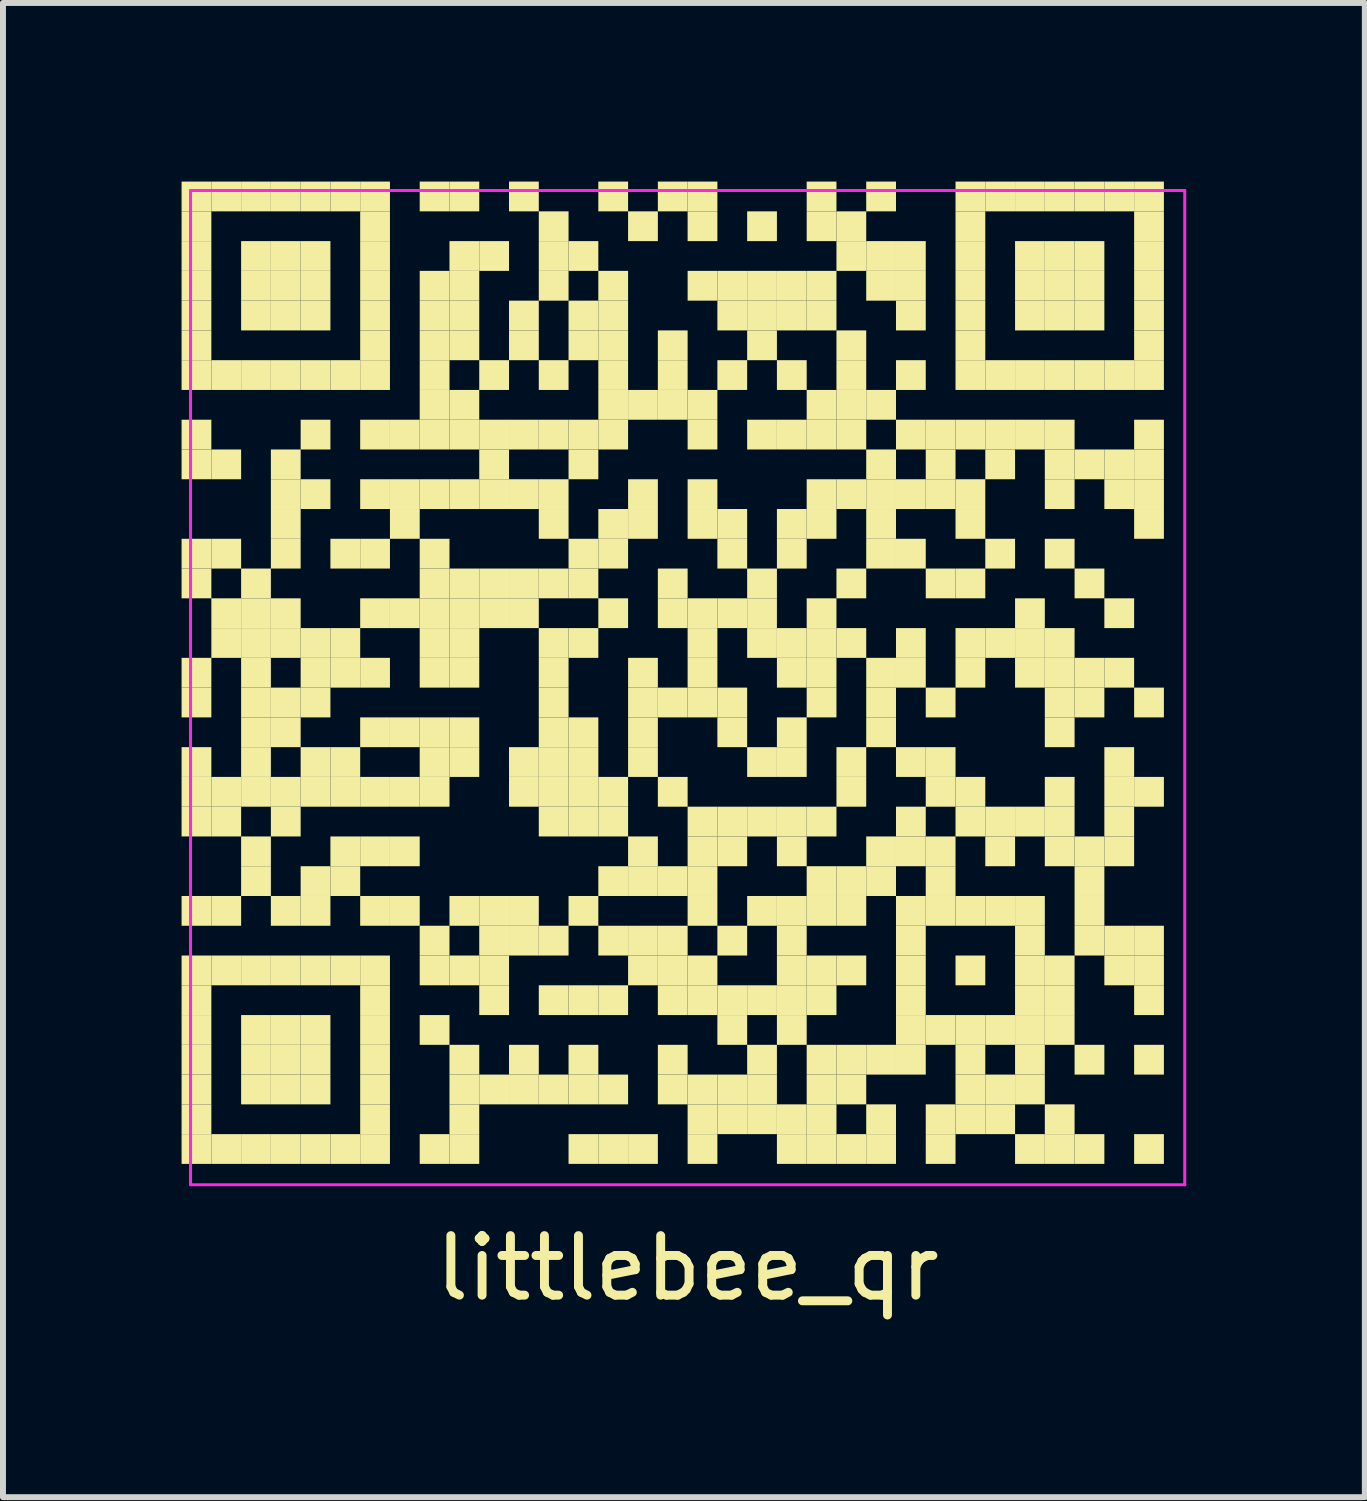
<source format=kicad_pcb>
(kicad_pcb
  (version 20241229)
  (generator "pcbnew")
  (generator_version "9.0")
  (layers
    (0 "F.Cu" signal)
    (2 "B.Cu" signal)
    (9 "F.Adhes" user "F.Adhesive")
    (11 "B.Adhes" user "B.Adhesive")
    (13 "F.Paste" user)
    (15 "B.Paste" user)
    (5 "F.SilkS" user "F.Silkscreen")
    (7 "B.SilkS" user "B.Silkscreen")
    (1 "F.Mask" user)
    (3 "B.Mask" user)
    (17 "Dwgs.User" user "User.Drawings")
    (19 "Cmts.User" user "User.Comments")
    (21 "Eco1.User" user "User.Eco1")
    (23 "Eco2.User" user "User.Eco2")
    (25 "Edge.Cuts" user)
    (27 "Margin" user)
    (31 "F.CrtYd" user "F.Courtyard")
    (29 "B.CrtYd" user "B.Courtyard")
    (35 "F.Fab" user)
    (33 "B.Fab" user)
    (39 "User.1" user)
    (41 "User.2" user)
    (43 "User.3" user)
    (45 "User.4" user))
  (footprint "littlebee_qr"
    (layer "F.Cu")
    (at 8.5 8.5)
    (property "Reference" "littlebee_qr" (at 0 9.75 0) (layer "F.SilkS") (effects (font (size 1 1) (thickness 0.15))))
    (attr through_hole)
    (fp_poly (pts (xy -8 -8) (xy -8 -8.5) (xy -8.5 -8.5) (xy -8.5 -8)) (stroke (width 0) (type solid)) (fill yes) (layer "F.SilkS"))
    (fp_poly (pts (xy -8 -7.5) (xy -8 -8) (xy -8.5 -8) (xy -8.5 -7.5)) (stroke (width 0) (type solid)) (fill yes) (layer "F.SilkS"))
    (fp_poly (pts (xy -8 -7) (xy -8 -7.5) (xy -8.5 -7.5) (xy -8.5 -7)) (stroke (width 0) (type solid)) (fill yes) (layer "F.SilkS"))
    (fp_poly (pts (xy -8 -6.5) (xy -8 -7) (xy -8.5 -7) (xy -8.5 -6.5)) (stroke (width 0) (type solid)) (fill yes) (layer "F.SilkS"))
    (fp_poly (pts (xy -8 -6) (xy -8 -6.5) (xy -8.5 -6.5) (xy -8.5 -6)) (stroke (width 0) (type solid)) (fill yes) (layer "F.SilkS"))
    (fp_poly (pts (xy -8 -5.5) (xy -8 -6) (xy -8.5 -6) (xy -8.5 -5.5)) (stroke (width 0) (type solid)) (fill yes) (layer "F.SilkS"))
    (fp_poly (pts (xy -8 -5) (xy -8 -5.5) (xy -8.5 -5.5) (xy -8.5 -5)) (stroke (width 0) (type solid)) (fill yes) (layer "F.SilkS"))
    (fp_poly (pts (xy -8 -4) (xy -8 -4.5) (xy -8.5 -4.5) (xy -8.5 -4)) (stroke (width 0) (type solid)) (fill yes) (layer "F.SilkS"))
    (fp_poly (pts (xy -8 -3.5) (xy -8 -4) (xy -8.5 -4) (xy -8.5 -3.5)) (stroke (width 0) (type solid)) (fill yes) (layer "F.SilkS"))
    (fp_poly (pts (xy -8 -2) (xy -8 -2.5) (xy -8.5 -2.5) (xy -8.5 -2)) (stroke (width 0) (type solid)) (fill yes) (layer "F.SilkS"))
    (fp_poly (pts (xy -8 -1.5) (xy -8 -2) (xy -8.5 -2) (xy -8.5 -1.5)) (stroke (width 0) (type solid)) (fill yes) (layer "F.SilkS"))
    (fp_poly (pts (xy -8 0) (xy -8 -0.5) (xy -8.5 -0.5) (xy -8.5 0)) (stroke (width 0) (type solid)) (fill yes) (layer "F.SilkS"))
    (fp_poly (pts (xy -8 0.5) (xy -8 0) (xy -8.5 0) (xy -8.5 0.5)) (stroke (width 0) (type solid)) (fill yes) (layer "F.SilkS"))
    (fp_poly (pts (xy -8 1.5) (xy -8 1) (xy -8.5 1) (xy -8.5 1.5)) (stroke (width 0) (type solid)) (fill yes) (layer "F.SilkS"))
    (fp_poly (pts (xy -8 2) (xy -8 1.5) (xy -8.5 1.5) (xy -8.5 2)) (stroke (width 0) (type solid)) (fill yes) (layer "F.SilkS"))
    (fp_poly (pts (xy -8 2.5) (xy -8 2) (xy -8.5 2) (xy -8.5 2.5)) (stroke (width 0) (type solid)) (fill yes) (layer "F.SilkS"))
    (fp_poly (pts (xy -8 4) (xy -8 3.5) (xy -8.5 3.5) (xy -8.5 4)) (stroke (width 0) (type solid)) (fill yes) (layer "F.SilkS"))
    (fp_poly (pts (xy -8 5) (xy -8 4.5) (xy -8.5 4.5) (xy -8.5 5)) (stroke (width 0) (type solid)) (fill yes) (layer "F.SilkS"))
    (fp_poly (pts (xy -8 5.5) (xy -8 5) (xy -8.5 5) (xy -8.5 5.5)) (stroke (width 0) (type solid)) (fill yes) (layer "F.SilkS"))
    (fp_poly (pts (xy -8 6) (xy -8 5.5) (xy -8.5 5.5) (xy -8.5 6)) (stroke (width 0) (type solid)) (fill yes) (layer "F.SilkS"))
    (fp_poly (pts (xy -8 6.5) (xy -8 6) (xy -8.5 6) (xy -8.5 6.5)) (stroke (width 0) (type solid)) (fill yes) (layer "F.SilkS"))
    (fp_poly (pts (xy -8 7) (xy -8 6.5) (xy -8.5 6.5) (xy -8.5 7)) (stroke (width 0) (type solid)) (fill yes) (layer "F.SilkS"))
    (fp_poly (pts (xy -8 7.5) (xy -8 7) (xy -8.5 7) (xy -8.5 7.5)) (stroke (width 0) (type solid)) (fill yes) (layer "F.SilkS"))
    (fp_poly (pts (xy -8 8) (xy -8 7.5) (xy -8.5 7.5) (xy -8.5 8)) (stroke (width 0) (type solid)) (fill yes) (layer "F.SilkS"))
    (fp_poly (pts (xy -7.5 -8) (xy -7.5 -8.5) (xy -8 -8.5) (xy -8 -8)) (stroke (width 0) (type solid)) (fill yes) (layer "F.SilkS"))
    (fp_poly (pts (xy -7.5 -5) (xy -7.5 -5.5) (xy -8 -5.5) (xy -8 -5)) (stroke (width 0) (type solid)) (fill yes) (layer "F.SilkS"))
    (fp_poly (pts (xy -7.5 -3.5) (xy -7.5 -4) (xy -8 -4) (xy -8 -3.5)) (stroke (width 0) (type solid)) (fill yes) (layer "F.SilkS"))
    (fp_poly (pts (xy -7.5 -2) (xy -7.5 -2.5) (xy -8 -2.5) (xy -8 -2)) (stroke (width 0) (type solid)) (fill yes) (layer "F.SilkS"))
    (fp_poly (pts (xy -7.5 -1) (xy -7.5 -1.5) (xy -8 -1.5) (xy -8 -1)) (stroke (width 0) (type solid)) (fill yes) (layer "F.SilkS"))
    (fp_poly (pts (xy -7.5 -0.5) (xy -7.5 -1) (xy -8 -1) (xy -8 -0.5)) (stroke (width 0) (type solid)) (fill yes) (layer "F.SilkS"))
    (fp_poly (pts (xy -7.5 2) (xy -7.5 1.5) (xy -8 1.5) (xy -8 2)) (stroke (width 0) (type solid)) (fill yes) (layer "F.SilkS"))
    (fp_poly (pts (xy -7.5 2.5) (xy -7.5 2) (xy -8 2) (xy -8 2.5)) (stroke (width 0) (type solid)) (fill yes) (layer "F.SilkS"))
    (fp_poly (pts (xy -7.5 4) (xy -7.5 3.5) (xy -8 3.5) (xy -8 4)) (stroke (width 0) (type solid)) (fill yes) (layer "F.SilkS"))
    (fp_poly (pts (xy -7.5 5) (xy -7.5 4.5) (xy -8 4.5) (xy -8 5)) (stroke (width 0) (type solid)) (fill yes) (layer "F.SilkS"))
    (fp_poly (pts (xy -7.5 8) (xy -7.5 7.5) (xy -8 7.5) (xy -8 8)) (stroke (width 0) (type solid)) (fill yes) (layer "F.SilkS"))
    (fp_poly (pts (xy -7 -8) (xy -7 -8.5) (xy -7.5 -8.5) (xy -7.5 -8)) (stroke (width 0) (type solid)) (fill yes) (layer "F.SilkS"))
    (fp_poly (pts (xy -7 -7) (xy -7 -7.5) (xy -7.5 -7.5) (xy -7.5 -7)) (stroke (width 0) (type solid)) (fill yes) (layer "F.SilkS"))
    (fp_poly (pts (xy -7 -6.5) (xy -7 -7) (xy -7.5 -7) (xy -7.5 -6.5)) (stroke (width 0) (type solid)) (fill yes) (layer "F.SilkS"))
    (fp_poly (pts (xy -7 -6) (xy -7 -6.5) (xy -7.5 -6.5) (xy -7.5 -6)) (stroke (width 0) (type solid)) (fill yes) (layer "F.SilkS"))
    (fp_poly (pts (xy -7 -5) (xy -7 -5.5) (xy -7.5 -5.5) (xy -7.5 -5)) (stroke (width 0) (type solid)) (fill yes) (layer "F.SilkS"))
    (fp_poly (pts (xy -7 -1.5) (xy -7 -2) (xy -7.5 -2) (xy -7.5 -1.5)) (stroke (width 0) (type solid)) (fill yes) (layer "F.SilkS"))
    (fp_poly (pts (xy -7 -1) (xy -7 -1.5) (xy -7.5 -1.5) (xy -7.5 -1)) (stroke (width 0) (type solid)) (fill yes) (layer "F.SilkS"))
    (fp_poly (pts (xy -7 -0.5) (xy -7 -1) (xy -7.5 -1) (xy -7.5 -0.5)) (stroke (width 0) (type solid)) (fill yes) (layer "F.SilkS"))
    (fp_poly (pts (xy -7 0) (xy -7 -0.5) (xy -7.5 -0.5) (xy -7.5 0)) (stroke (width 0) (type solid)) (fill yes) (layer "F.SilkS"))
    (fp_poly (pts (xy -7 0.5) (xy -7 0) (xy -7.5 0) (xy -7.5 0.5)) (stroke (width 0) (type solid)) (fill yes) (layer "F.SilkS"))
    (fp_poly (pts (xy -7 1) (xy -7 0.5) (xy -7.5 0.5) (xy -7.5 1)) (stroke (width 0) (type solid)) (fill yes) (layer "F.SilkS"))
    (fp_poly (pts (xy -7 1.5) (xy -7 1) (xy -7.5 1) (xy -7.5 1.5)) (stroke (width 0) (type solid)) (fill yes) (layer "F.SilkS"))
    (fp_poly (pts (xy -7 2) (xy -7 1.5) (xy -7.5 1.5) (xy -7.5 2)) (stroke (width 0) (type solid)) (fill yes) (layer "F.SilkS"))
    (fp_poly (pts (xy -7 3) (xy -7 2.5) (xy -7.5 2.5) (xy -7.5 3)) (stroke (width 0) (type solid)) (fill yes) (layer "F.SilkS"))
    (fp_poly (pts (xy -7 3.5) (xy -7 3) (xy -7.5 3) (xy -7.5 3.5)) (stroke (width 0) (type solid)) (fill yes) (layer "F.SilkS"))
    (fp_poly (pts (xy -7 5) (xy -7 4.5) (xy -7.5 4.5) (xy -7.5 5)) (stroke (width 0) (type solid)) (fill yes) (layer "F.SilkS"))
    (fp_poly (pts (xy -7 6) (xy -7 5.5) (xy -7.5 5.5) (xy -7.5 6)) (stroke (width 0) (type solid)) (fill yes) (layer "F.SilkS"))
    (fp_poly (pts (xy -7 6.5) (xy -7 6) (xy -7.5 6) (xy -7.5 6.5)) (stroke (width 0) (type solid)) (fill yes) (layer "F.SilkS"))
    (fp_poly (pts (xy -7 7) (xy -7 6.5) (xy -7.5 6.5) (xy -7.5 7)) (stroke (width 0) (type solid)) (fill yes) (layer "F.SilkS"))
    (fp_poly (pts (xy -7 8) (xy -7 7.5) (xy -7.5 7.5) (xy -7.5 8)) (stroke (width 0) (type solid)) (fill yes) (layer "F.SilkS"))
    (fp_poly (pts (xy -6.5 -8) (xy -6.5 -8.5) (xy -7 -8.5) (xy -7 -8)) (stroke (width 0) (type solid)) (fill yes) (layer "F.SilkS"))
    (fp_poly (pts (xy -6.5 -7) (xy -6.5 -7.5) (xy -7 -7.5) (xy -7 -7)) (stroke (width 0) (type solid)) (fill yes) (layer "F.SilkS"))
    (fp_poly (pts (xy -6.5 -6.5) (xy -6.5 -7) (xy -7 -7) (xy -7 -6.5)) (stroke (width 0) (type solid)) (fill yes) (layer "F.SilkS"))
    (fp_poly (pts (xy -6.5 -6) (xy -6.5 -6.5) (xy -7 -6.5) (xy -7 -6)) (stroke (width 0) (type solid)) (fill yes) (layer "F.SilkS"))
    (fp_poly (pts (xy -6.5 -5) (xy -6.5 -5.5) (xy -7 -5.5) (xy -7 -5)) (stroke (width 0) (type solid)) (fill yes) (layer "F.SilkS"))
    (fp_poly (pts (xy -6.5 -3.5) (xy -6.5 -4) (xy -7 -4) (xy -7 -3.5)) (stroke (width 0) (type solid)) (fill yes) (layer "F.SilkS"))
    (fp_poly (pts (xy -6.5 -3) (xy -6.5 -3.5) (xy -7 -3.5) (xy -7 -3)) (stroke (width 0) (type solid)) (fill yes) (layer "F.SilkS"))
    (fp_poly (pts (xy -6.5 -2.5) (xy -6.5 -3) (xy -7 -3) (xy -7 -2.5)) (stroke (width 0) (type solid)) (fill yes) (layer "F.SilkS"))
    (fp_poly (pts (xy -6.5 -2) (xy -6.5 -2.5) (xy -7 -2.5) (xy -7 -2)) (stroke (width 0) (type solid)) (fill yes) (layer "F.SilkS"))
    (fp_poly (pts (xy -6.5 -1) (xy -6.5 -1.5) (xy -7 -1.5) (xy -7 -1)) (stroke (width 0) (type solid)) (fill yes) (layer "F.SilkS"))
    (fp_poly (pts (xy -6.5 -0.5) (xy -6.5 -1) (xy -7 -1) (xy -7 -0.5)) (stroke (width 0) (type solid)) (fill yes) (layer "F.SilkS"))
    (fp_poly (pts (xy -6.5 0.5) (xy -6.5 0) (xy -7 0) (xy -7 0.5)) (stroke (width 0) (type solid)) (fill yes) (layer "F.SilkS"))
    (fp_poly (pts (xy -6.5 1) (xy -6.5 0.5) (xy -7 0.5) (xy -7 1)) (stroke (width 0) (type solid)) (fill yes) (layer "F.SilkS"))
    (fp_poly (pts (xy -6.5 2) (xy -6.5 1.5) (xy -7 1.5) (xy -7 2)) (stroke (width 0) (type solid)) (fill yes) (layer "F.SilkS"))
    (fp_poly (pts (xy -6.5 2.5) (xy -6.5 2) (xy -7 2) (xy -7 2.5)) (stroke (width 0) (type solid)) (fill yes) (layer "F.SilkS"))
    (fp_poly (pts (xy -6.5 4) (xy -6.5 3.5) (xy -7 3.5) (xy -7 4)) (stroke (width 0) (type solid)) (fill yes) (layer "F.SilkS"))
    (fp_poly (pts (xy -6.5 5) (xy -6.5 4.5) (xy -7 4.5) (xy -7 5)) (stroke (width 0) (type solid)) (fill yes) (layer "F.SilkS"))
    (fp_poly (pts (xy -6.5 6) (xy -6.5 5.5) (xy -7 5.5) (xy -7 6)) (stroke (width 0) (type solid)) (fill yes) (layer "F.SilkS"))
    (fp_poly (pts (xy -6.5 6.5) (xy -6.5 6) (xy -7 6) (xy -7 6.5)) (stroke (width 0) (type solid)) (fill yes) (layer "F.SilkS"))
    (fp_poly (pts (xy -6.5 7) (xy -6.5 6.5) (xy -7 6.5) (xy -7 7)) (stroke (width 0) (type solid)) (fill yes) (layer "F.SilkS"))
    (fp_poly (pts (xy -6.5 8) (xy -6.5 7.5) (xy -7 7.5) (xy -7 8)) (stroke (width 0) (type solid)) (fill yes) (layer "F.SilkS"))
    (fp_poly (pts (xy -6 -8) (xy -6 -8.5) (xy -6.5 -8.5) (xy -6.5 -8)) (stroke (width 0) (type solid)) (fill yes) (layer "F.SilkS"))
    (fp_poly (pts (xy -6 -7) (xy -6 -7.5) (xy -6.5 -7.5) (xy -6.5 -7)) (stroke (width 0) (type solid)) (fill yes) (layer "F.SilkS"))
    (fp_poly (pts (xy -6 -6.5) (xy -6 -7) (xy -6.5 -7) (xy -6.5 -6.5)) (stroke (width 0) (type solid)) (fill yes) (layer "F.SilkS"))
    (fp_poly (pts (xy -6 -6) (xy -6 -6.5) (xy -6.5 -6.5) (xy -6.5 -6)) (stroke (width 0) (type solid)) (fill yes) (layer "F.SilkS"))
    (fp_poly (pts (xy -6 -5) (xy -6 -5.5) (xy -6.5 -5.5) (xy -6.5 -5)) (stroke (width 0) (type solid)) (fill yes) (layer "F.SilkS"))
    (fp_poly (pts (xy -6 -4) (xy -6 -4.5) (xy -6.5 -4.5) (xy -6.5 -4)) (stroke (width 0) (type solid)) (fill yes) (layer "F.SilkS"))
    (fp_poly (pts (xy -6 -3) (xy -6 -3.5) (xy -6.5 -3.5) (xy -6.5 -3)) (stroke (width 0) (type solid)) (fill yes) (layer "F.SilkS"))
    (fp_poly (pts (xy -6 -0.5) (xy -6 -1) (xy -6.5 -1) (xy -6.5 -0.5)) (stroke (width 0) (type solid)) (fill yes) (layer "F.SilkS"))
    (fp_poly (pts (xy -6 0) (xy -6 -0.5) (xy -6.5 -0.5) (xy -6.5 0)) (stroke (width 0) (type solid)) (fill yes) (layer "F.SilkS"))
    (fp_poly (pts (xy -6 0.5) (xy -6 0) (xy -6.5 0) (xy -6.5 0.5)) (stroke (width 0) (type solid)) (fill yes) (layer "F.SilkS"))
    (fp_poly (pts (xy -6 1.5) (xy -6 1) (xy -6.5 1) (xy -6.5 1.5)) (stroke (width 0) (type solid)) (fill yes) (layer "F.SilkS"))
    (fp_poly (pts (xy -6 2) (xy -6 1.5) (xy -6.5 1.5) (xy -6.5 2)) (stroke (width 0) (type solid)) (fill yes) (layer "F.SilkS"))
    (fp_poly (pts (xy -6 3.5) (xy -6 3) (xy -6.5 3) (xy -6.5 3.5)) (stroke (width 0) (type solid)) (fill yes) (layer "F.SilkS"))
    (fp_poly (pts (xy -6 4) (xy -6 3.5) (xy -6.5 3.5) (xy -6.5 4)) (stroke (width 0) (type solid)) (fill yes) (layer "F.SilkS"))
    (fp_poly (pts (xy -6 5) (xy -6 4.5) (xy -6.5 4.5) (xy -6.5 5)) (stroke (width 0) (type solid)) (fill yes) (layer "F.SilkS"))
    (fp_poly (pts (xy -6 6) (xy -6 5.5) (xy -6.5 5.5) (xy -6.5 6)) (stroke (width 0) (type solid)) (fill yes) (layer "F.SilkS"))
    (fp_poly (pts (xy -6 6.5) (xy -6 6) (xy -6.5 6) (xy -6.5 6.5)) (stroke (width 0) (type solid)) (fill yes) (layer "F.SilkS"))
    (fp_poly (pts (xy -6 7) (xy -6 6.5) (xy -6.5 6.5) (xy -6.5 7)) (stroke (width 0) (type solid)) (fill yes) (layer "F.SilkS"))
    (fp_poly (pts (xy -6 8) (xy -6 7.5) (xy -6.5 7.5) (xy -6.5 8)) (stroke (width 0) (type solid)) (fill yes) (layer "F.SilkS"))
    (fp_poly (pts (xy -5.5 -8) (xy -5.5 -8.5) (xy -6 -8.5) (xy -6 -8)) (stroke (width 0) (type solid)) (fill yes) (layer "F.SilkS"))
    (fp_poly (pts (xy -5.5 -5) (xy -5.5 -5.5) (xy -6 -5.5) (xy -6 -5)) (stroke (width 0) (type solid)) (fill yes) (layer "F.SilkS"))
    (fp_poly (pts (xy -5.5 -2) (xy -5.5 -2.5) (xy -6 -2.5) (xy -6 -2)) (stroke (width 0) (type solid)) (fill yes) (layer "F.SilkS"))
    (fp_poly (pts (xy -5.5 -0.5) (xy -5.5 -1) (xy -6 -1) (xy -6 -0.5)) (stroke (width 0) (type solid)) (fill yes) (layer "F.SilkS"))
    (fp_poly (pts (xy -5.5 0) (xy -5.5 -0.5) (xy -6 -0.5) (xy -6 0)) (stroke (width 0) (type solid)) (fill yes) (layer "F.SilkS"))
    (fp_poly (pts (xy -5.5 1.5) (xy -5.5 1) (xy -6 1) (xy -6 1.5)) (stroke (width 0) (type solid)) (fill yes) (layer "F.SilkS"))
    (fp_poly (pts (xy -5.5 2) (xy -5.5 1.5) (xy -6 1.5) (xy -6 2)) (stroke (width 0) (type solid)) (fill yes) (layer "F.SilkS"))
    (fp_poly (pts (xy -5.5 3) (xy -5.5 2.5) (xy -6 2.5) (xy -6 3)) (stroke (width 0) (type solid)) (fill yes) (layer "F.SilkS"))
    (fp_poly (pts (xy -5.5 3.5) (xy -5.5 3) (xy -6 3) (xy -6 3.5)) (stroke (width 0) (type solid)) (fill yes) (layer "F.SilkS"))
    (fp_poly (pts (xy -5.5 5) (xy -5.5 4.5) (xy -6 4.5) (xy -6 5)) (stroke (width 0) (type solid)) (fill yes) (layer "F.SilkS"))
    (fp_poly (pts (xy -5.5 8) (xy -5.5 7.5) (xy -6 7.5) (xy -6 8)) (stroke (width 0) (type solid)) (fill yes) (layer "F.SilkS"))
    (fp_poly (pts (xy -5 -8) (xy -5 -8.5) (xy -5.5 -8.5) (xy -5.5 -8)) (stroke (width 0) (type solid)) (fill yes) (layer "F.SilkS"))
    (fp_poly (pts (xy -5 -7.5) (xy -5 -8) (xy -5.5 -8) (xy -5.5 -7.5)) (stroke (width 0) (type solid)) (fill yes) (layer "F.SilkS"))
    (fp_poly (pts (xy -5 -7) (xy -5 -7.5) (xy -5.5 -7.5) (xy -5.5 -7)) (stroke (width 0) (type solid)) (fill yes) (layer "F.SilkS"))
    (fp_poly (pts (xy -5 -6.5) (xy -5 -7) (xy -5.5 -7) (xy -5.5 -6.5)) (stroke (width 0) (type solid)) (fill yes) (layer "F.SilkS"))
    (fp_poly (pts (xy -5 -6) (xy -5 -6.5) (xy -5.5 -6.5) (xy -5.5 -6)) (stroke (width 0) (type solid)) (fill yes) (layer "F.SilkS"))
    (fp_poly (pts (xy -5 -5.5) (xy -5 -6) (xy -5.5 -6) (xy -5.5 -5.5)) (stroke (width 0) (type solid)) (fill yes) (layer "F.SilkS"))
    (fp_poly (pts (xy -5 -5) (xy -5 -5.5) (xy -5.5 -5.5) (xy -5.5 -5)) (stroke (width 0) (type solid)) (fill yes) (layer "F.SilkS"))
    (fp_poly (pts (xy -5 -4) (xy -5 -4.5) (xy -5.5 -4.5) (xy -5.5 -4)) (stroke (width 0) (type solid)) (fill yes) (layer "F.SilkS"))
    (fp_poly (pts (xy -5 -3) (xy -5 -3.5) (xy -5.5 -3.5) (xy -5.5 -3)) (stroke (width 0) (type solid)) (fill yes) (layer "F.SilkS"))
    (fp_poly (pts (xy -5 -2) (xy -5 -2.5) (xy -5.5 -2.5) (xy -5.5 -2)) (stroke (width 0) (type solid)) (fill yes) (layer "F.SilkS"))
    (fp_poly (pts (xy -5 -1) (xy -5 -1.5) (xy -5.5 -1.5) (xy -5.5 -1)) (stroke (width 0) (type solid)) (fill yes) (layer "F.SilkS"))
    (fp_poly (pts (xy -5 0) (xy -5 -0.5) (xy -5.5 -0.5) (xy -5.5 0)) (stroke (width 0) (type solid)) (fill yes) (layer "F.SilkS"))
    (fp_poly (pts (xy -5 1) (xy -5 0.5) (xy -5.5 0.5) (xy -5.5 1)) (stroke (width 0) (type solid)) (fill yes) (layer "F.SilkS"))
    (fp_poly (pts (xy -5 2) (xy -5 1.5) (xy -5.5 1.5) (xy -5.5 2)) (stroke (width 0) (type solid)) (fill yes) (layer "F.SilkS"))
    (fp_poly (pts (xy -5 3) (xy -5 2.5) (xy -5.5 2.5) (xy -5.5 3)) (stroke (width 0) (type solid)) (fill yes) (layer "F.SilkS"))
    (fp_poly (pts (xy -5 4) (xy -5 3.5) (xy -5.5 3.5) (xy -5.5 4)) (stroke (width 0) (type solid)) (fill yes) (layer "F.SilkS"))
    (fp_poly (pts (xy -5 5) (xy -5 4.5) (xy -5.5 4.5) (xy -5.5 5)) (stroke (width 0) (type solid)) (fill yes) (layer "F.SilkS"))
    (fp_poly (pts (xy -5 5.5) (xy -5 5) (xy -5.5 5) (xy -5.5 5.5)) (stroke (width 0) (type solid)) (fill yes) (layer "F.SilkS"))
    (fp_poly (pts (xy -5 6) (xy -5 5.5) (xy -5.5 5.5) (xy -5.5 6)) (stroke (width 0) (type solid)) (fill yes) (layer "F.SilkS"))
    (fp_poly (pts (xy -5 6.5) (xy -5 6) (xy -5.5 6) (xy -5.5 6.5)) (stroke (width 0) (type solid)) (fill yes) (layer "F.SilkS"))
    (fp_poly (pts (xy -5 7) (xy -5 6.5) (xy -5.5 6.5) (xy -5.5 7)) (stroke (width 0) (type solid)) (fill yes) (layer "F.SilkS"))
    (fp_poly (pts (xy -5 7.5) (xy -5 7) (xy -5.5 7) (xy -5.5 7.5)) (stroke (width 0) (type solid)) (fill yes) (layer "F.SilkS"))
    (fp_poly (pts (xy -5 8) (xy -5 7.5) (xy -5.5 7.5) (xy -5.5 8)) (stroke (width 0) (type solid)) (fill yes) (layer "F.SilkS"))
    (fp_poly (pts (xy -4.5 -4) (xy -4.5 -4.5) (xy -5 -4.5) (xy -5 -4)) (stroke (width 0) (type solid)) (fill yes) (layer "F.SilkS"))
    (fp_poly (pts (xy -4.5 -3) (xy -4.5 -3.5) (xy -5 -3.5) (xy -5 -3)) (stroke (width 0) (type solid)) (fill yes) (layer "F.SilkS"))
    (fp_poly (pts (xy -4.5 -2.5) (xy -4.5 -3) (xy -5 -3) (xy -5 -2.5)) (stroke (width 0) (type solid)) (fill yes) (layer "F.SilkS"))
    (fp_poly (pts (xy -4.5 -1) (xy -4.5 -1.5) (xy -5 -1.5) (xy -5 -1)) (stroke (width 0) (type solid)) (fill yes) (layer "F.SilkS"))
    (fp_poly (pts (xy -4.5 1) (xy -4.5 0.5) (xy -5 0.5) (xy -5 1)) (stroke (width 0) (type solid)) (fill yes) (layer "F.SilkS"))
    (fp_poly (pts (xy -4.5 2) (xy -4.5 1.5) (xy -5 1.5) (xy -5 2)) (stroke (width 0) (type solid)) (fill yes) (layer "F.SilkS"))
    (fp_poly (pts (xy -4.5 3) (xy -4.5 2.5) (xy -5 2.5) (xy -5 3)) (stroke (width 0) (type solid)) (fill yes) (layer "F.SilkS"))
    (fp_poly (pts (xy -4.5 4) (xy -4.5 3.5) (xy -5 3.5) (xy -5 4)) (stroke (width 0) (type solid)) (fill yes) (layer "F.SilkS"))
    (fp_poly (pts (xy -4 -8) (xy -4 -8.5) (xy -4.5 -8.5) (xy -4.5 -8)) (stroke (width 0) (type solid)) (fill yes) (layer "F.SilkS"))
    (fp_poly (pts (xy -4 -6.5) (xy -4 -7) (xy -4.5 -7) (xy -4.5 -6.5)) (stroke (width 0) (type solid)) (fill yes) (layer "F.SilkS"))
    (fp_poly (pts (xy -4 -6) (xy -4 -6.5) (xy -4.5 -6.5) (xy -4.5 -6)) (stroke (width 0) (type solid)) (fill yes) (layer "F.SilkS"))
    (fp_poly (pts (xy -4 -5.5) (xy -4 -6) (xy -4.5 -6) (xy -4.5 -5.5)) (stroke (width 0) (type solid)) (fill yes) (layer "F.SilkS"))
    (fp_poly (pts (xy -4 -5) (xy -4 -5.5) (xy -4.5 -5.5) (xy -4.5 -5)) (stroke (width 0) (type solid)) (fill yes) (layer "F.SilkS"))
    (fp_poly (pts (xy -4 -4.5) (xy -4 -5) (xy -4.5 -5) (xy -4.5 -4.5)) (stroke (width 0) (type solid)) (fill yes) (layer "F.SilkS"))
    (fp_poly (pts (xy -4 -4) (xy -4 -4.5) (xy -4.5 -4.5) (xy -4.5 -4)) (stroke (width 0) (type solid)) (fill yes) (layer "F.SilkS"))
    (fp_poly (pts (xy -4 -3) (xy -4 -3.5) (xy -4.5 -3.5) (xy -4.5 -3)) (stroke (width 0) (type solid)) (fill yes) (layer "F.SilkS"))
    (fp_poly (pts (xy -4 -2) (xy -4 -2.5) (xy -4.5 -2.5) (xy -4.5 -2)) (stroke (width 0) (type solid)) (fill yes) (layer "F.SilkS"))
    (fp_poly (pts (xy -4 -1.5) (xy -4 -2) (xy -4.5 -2) (xy -4.5 -1.5)) (stroke (width 0) (type solid)) (fill yes) (layer "F.SilkS"))
    (fp_poly (pts (xy -4 -1) (xy -4 -1.5) (xy -4.5 -1.5) (xy -4.5 -1)) (stroke (width 0) (type solid)) (fill yes) (layer "F.SilkS"))
    (fp_poly (pts (xy -4 -0.5) (xy -4 -1) (xy -4.5 -1) (xy -4.5 -0.5)) (stroke (width 0) (type solid)) (fill yes) (layer "F.SilkS"))
    (fp_poly (pts (xy -4 0) (xy -4 -0.5) (xy -4.5 -0.5) (xy -4.5 0)) (stroke (width 0) (type solid)) (fill yes) (layer "F.SilkS"))
    (fp_poly (pts (xy -4 1) (xy -4 0.5) (xy -4.5 0.5) (xy -4.5 1)) (stroke (width 0) (type solid)) (fill yes) (layer "F.SilkS"))
    (fp_poly (pts (xy -4 1.5) (xy -4 1) (xy -4.5 1) (xy -4.5 1.5)) (stroke (width 0) (type solid)) (fill yes) (layer "F.SilkS"))
    (fp_poly (pts (xy -4 2) (xy -4 1.5) (xy -4.5 1.5) (xy -4.5 2)) (stroke (width 0) (type solid)) (fill yes) (layer "F.SilkS"))
    (fp_poly (pts (xy -4 4.5) (xy -4 4) (xy -4.5 4) (xy -4.5 4.5)) (stroke (width 0) (type solid)) (fill yes) (layer "F.SilkS"))
    (fp_poly (pts (xy -4 5) (xy -4 4.5) (xy -4.5 4.5) (xy -4.5 5)) (stroke (width 0) (type solid)) (fill yes) (layer "F.SilkS"))
    (fp_poly (pts (xy -4 6) (xy -4 5.5) (xy -4.5 5.5) (xy -4.5 6)) (stroke (width 0) (type solid)) (fill yes) (layer "F.SilkS"))
    (fp_poly (pts (xy -4 8) (xy -4 7.5) (xy -4.5 7.5) (xy -4.5 8)) (stroke (width 0) (type solid)) (fill yes) (layer "F.SilkS"))
    (fp_poly (pts (xy -3.5 -8) (xy -3.5 -8.5) (xy -4 -8.5) (xy -4 -8)) (stroke (width 0) (type solid)) (fill yes) (layer "F.SilkS"))
    (fp_poly (pts (xy -3.5 -7) (xy -3.5 -7.5) (xy -4 -7.5) (xy -4 -7)) (stroke (width 0) (type solid)) (fill yes) (layer "F.SilkS"))
    (fp_poly (pts (xy -3.5 -6.5) (xy -3.5 -7) (xy -4 -7) (xy -4 -6.5)) (stroke (width 0) (type solid)) (fill yes) (layer "F.SilkS"))
    (fp_poly (pts (xy -3.5 -6) (xy -3.5 -6.5) (xy -4 -6.5) (xy -4 -6)) (stroke (width 0) (type solid)) (fill yes) (layer "F.SilkS"))
    (fp_poly (pts (xy -3.5 -5.5) (xy -3.5 -6) (xy -4 -6) (xy -4 -5.5)) (stroke (width 0) (type solid)) (fill yes) (layer "F.SilkS"))
    (fp_poly (pts (xy -3.5 -4.5) (xy -3.5 -5) (xy -4 -5) (xy -4 -4.5)) (stroke (width 0) (type solid)) (fill yes) (layer "F.SilkS"))
    (fp_poly (pts (xy -3.5 -4) (xy -3.5 -4.5) (xy -4 -4.5) (xy -4 -4)) (stroke (width 0) (type solid)) (fill yes) (layer "F.SilkS"))
    (fp_poly (pts (xy -3.5 -3) (xy -3.5 -3.5) (xy -4 -3.5) (xy -4 -3)) (stroke (width 0) (type solid)) (fill yes) (layer "F.SilkS"))
    (fp_poly (pts (xy -3.5 -1.5) (xy -3.5 -2) (xy -4 -2) (xy -4 -1.5)) (stroke (width 0) (type solid)) (fill yes) (layer "F.SilkS"))
    (fp_poly (pts (xy -3.5 -1) (xy -3.5 -1.5) (xy -4 -1.5) (xy -4 -1)) (stroke (width 0) (type solid)) (fill yes) (layer "F.SilkS"))
    (fp_poly (pts (xy -3.5 -0.5) (xy -3.5 -1) (xy -4 -1) (xy -4 -0.5)) (stroke (width 0) (type solid)) (fill yes) (layer "F.SilkS"))
    (fp_poly (pts (xy -3.5 0) (xy -3.5 -0.5) (xy -4 -0.5) (xy -4 0)) (stroke (width 0) (type solid)) (fill yes) (layer "F.SilkS"))
    (fp_poly (pts (xy -3.5 1) (xy -3.5 0.5) (xy -4 0.5) (xy -4 1)) (stroke (width 0) (type solid)) (fill yes) (layer "F.SilkS"))
    (fp_poly (pts (xy -3.5 1.5) (xy -3.5 1) (xy -4 1) (xy -4 1.5)) (stroke (width 0) (type solid)) (fill yes) (layer "F.SilkS"))
    (fp_poly (pts (xy -3.5 4) (xy -3.5 3.5) (xy -4 3.5) (xy -4 4)) (stroke (width 0) (type solid)) (fill yes) (layer "F.SilkS"))
    (fp_poly (pts (xy -3.5 5) (xy -3.5 4.5) (xy -4 4.5) (xy -4 5)) (stroke (width 0) (type solid)) (fill yes) (layer "F.SilkS"))
    (fp_poly (pts (xy -3.5 6.5) (xy -3.5 6) (xy -4 6) (xy -4 6.5)) (stroke (width 0) (type solid)) (fill yes) (layer "F.SilkS"))
    (fp_poly (pts (xy -3.5 7) (xy -3.5 6.5) (xy -4 6.5) (xy -4 7)) (stroke (width 0) (type solid)) (fill yes) (layer "F.SilkS"))
    (fp_poly (pts (xy -3.5 7.5) (xy -3.5 7) (xy -4 7) (xy -4 7.5)) (stroke (width 0) (type solid)) (fill yes) (layer "F.SilkS"))
    (fp_poly (pts (xy -3.5 8) (xy -3.5 7.5) (xy -4 7.5) (xy -4 8)) (stroke (width 0) (type solid)) (fill yes) (layer "F.SilkS"))
    (fp_poly (pts (xy -3 -7) (xy -3 -7.5) (xy -3.5 -7.5) (xy -3.5 -7)) (stroke (width 0) (type solid)) (fill yes) (layer "F.SilkS"))
    (fp_poly (pts (xy -3 -5) (xy -3 -5.5) (xy -3.5 -5.5) (xy -3.5 -5)) (stroke (width 0) (type solid)) (fill yes) (layer "F.SilkS"))
    (fp_poly (pts (xy -3 -4) (xy -3 -4.5) (xy -3.5 -4.5) (xy -3.5 -4)) (stroke (width 0) (type solid)) (fill yes) (layer "F.SilkS"))
    (fp_poly (pts (xy -3 -3.5) (xy -3 -4) (xy -3.5 -4) (xy -3.5 -3.5)) (stroke (width 0) (type solid)) (fill yes) (layer "F.SilkS"))
    (fp_poly (pts (xy -3 -3) (xy -3 -3.5) (xy -3.5 -3.5) (xy -3.5 -3)) (stroke (width 0) (type solid)) (fill yes) (layer "F.SilkS"))
    (fp_poly (pts (xy -3 -1.5) (xy -3 -2) (xy -3.5 -2) (xy -3.5 -1.5)) (stroke (width 0) (type solid)) (fill yes) (layer "F.SilkS"))
    (fp_poly (pts (xy -3 -1) (xy -3 -1.5) (xy -3.5 -1.5) (xy -3.5 -1)) (stroke (width 0) (type solid)) (fill yes) (layer "F.SilkS"))
    (fp_poly (pts (xy -3 4) (xy -3 3.5) (xy -3.5 3.5) (xy -3.5 4)) (stroke (width 0) (type solid)) (fill yes) (layer "F.SilkS"))
    (fp_poly (pts (xy -3 4.5) (xy -3 4) (xy -3.5 4) (xy -3.5 4.5)) (stroke (width 0) (type solid)) (fill yes) (layer "F.SilkS"))
    (fp_poly (pts (xy -3 5) (xy -3 4.5) (xy -3.5 4.5) (xy -3.5 5)) (stroke (width 0) (type solid)) (fill yes) (layer "F.SilkS"))
    (fp_poly (pts (xy -3 5.5) (xy -3 5) (xy -3.5 5) (xy -3.5 5.5)) (stroke (width 0) (type solid)) (fill yes) (layer "F.SilkS"))
    (fp_poly (pts (xy -3 7) (xy -3 6.5) (xy -3.5 6.5) (xy -3.5 7)) (stroke (width 0) (type solid)) (fill yes) (layer "F.SilkS"))
    (fp_poly (pts (xy -2.5 -8) (xy -2.5 -8.5) (xy -3 -8.5) (xy -3 -8)) (stroke (width 0) (type solid)) (fill yes) (layer "F.SilkS"))
    (fp_poly (pts (xy -2.5 -6) (xy -2.5 -6.5) (xy -3 -6.5) (xy -3 -6)) (stroke (width 0) (type solid)) (fill yes) (layer "F.SilkS"))
    (fp_poly (pts (xy -2.5 -5.5) (xy -2.5 -6) (xy -3 -6) (xy -3 -5.5)) (stroke (width 0) (type solid)) (fill yes) (layer "F.SilkS"))
    (fp_poly (pts (xy -2.5 -4) (xy -2.5 -4.5) (xy -3 -4.5) (xy -3 -4)) (stroke (width 0) (type solid)) (fill yes) (layer "F.SilkS"))
    (fp_poly (pts (xy -2.5 -3) (xy -2.5 -3.5) (xy -3 -3.5) (xy -3 -3)) (stroke (width 0) (type solid)) (fill yes) (layer "F.SilkS"))
    (fp_poly (pts (xy -2.5 -1.5) (xy -2.5 -2) (xy -3 -2) (xy -3 -1.5)) (stroke (width 0) (type solid)) (fill yes) (layer "F.SilkS"))
    (fp_poly (pts (xy -2.5 -1) (xy -2.5 -1.5) (xy -3 -1.5) (xy -3 -1)) (stroke (width 0) (type solid)) (fill yes) (layer "F.SilkS"))
    (fp_poly (pts (xy -2.5 1.5) (xy -2.5 1) (xy -3 1) (xy -3 1.5)) (stroke (width 0) (type solid)) (fill yes) (layer "F.SilkS"))
    (fp_poly (pts (xy -2.5 2) (xy -2.5 1.5) (xy -3 1.5) (xy -3 2)) (stroke (width 0) (type solid)) (fill yes) (layer "F.SilkS"))
    (fp_poly (pts (xy -2.5 4) (xy -2.5 3.5) (xy -3 3.5) (xy -3 4)) (stroke (width 0) (type solid)) (fill yes) (layer "F.SilkS"))
    (fp_poly (pts (xy -2.5 4.5) (xy -2.5 4) (xy -3 4) (xy -3 4.5)) (stroke (width 0) (type solid)) (fill yes) (layer "F.SilkS"))
    (fp_poly (pts (xy -2.5 6.5) (xy -2.5 6) (xy -3 6) (xy -3 6.5)) (stroke (width 0) (type solid)) (fill yes) (layer "F.SilkS"))
    (fp_poly (pts (xy -2.5 7) (xy -2.5 6.5) (xy -3 6.5) (xy -3 7)) (stroke (width 0) (type solid)) (fill yes) (layer "F.SilkS"))
    (fp_poly (pts (xy -2 -7.5) (xy -2 -8) (xy -2.5 -8) (xy -2.5 -7.5)) (stroke (width 0) (type solid)) (fill yes) (layer "F.SilkS"))
    (fp_poly (pts (xy -2 -7) (xy -2 -7.5) (xy -2.5 -7.5) (xy -2.5 -7)) (stroke (width 0) (type solid)) (fill yes) (layer "F.SilkS"))
    (fp_poly (pts (xy -2 -6.5) (xy -2 -7) (xy -2.5 -7) (xy -2.5 -6.5)) (stroke (width 0) (type solid)) (fill yes) (layer "F.SilkS"))
    (fp_poly (pts (xy -2 -5) (xy -2 -5.5) (xy -2.5 -5.5) (xy -2.5 -5)) (stroke (width 0) (type solid)) (fill yes) (layer "F.SilkS"))
    (fp_poly (pts (xy -2 -4) (xy -2 -4.5) (xy -2.5 -4.5) (xy -2.5 -4)) (stroke (width 0) (type solid)) (fill yes) (layer "F.SilkS"))
    (fp_poly (pts (xy -2 -3) (xy -2 -3.5) (xy -2.5 -3.5) (xy -2.5 -3)) (stroke (width 0) (type solid)) (fill yes) (layer "F.SilkS"))
    (fp_poly (pts (xy -2 -2.5) (xy -2 -3) (xy -2.5 -3) (xy -2.5 -2.5)) (stroke (width 0) (type solid)) (fill yes) (layer "F.SilkS"))
    (fp_poly (pts (xy -2 -1.5) (xy -2 -2) (xy -2.5 -2) (xy -2.5 -1.5)) (stroke (width 0) (type solid)) (fill yes) (layer "F.SilkS"))
    (fp_poly (pts (xy -2 -0.5) (xy -2 -1) (xy -2.5 -1) (xy -2.5 -0.5)) (stroke (width 0) (type solid)) (fill yes) (layer "F.SilkS"))
    (fp_poly (pts (xy -2 0) (xy -2 -0.5) (xy -2.5 -0.5) (xy -2.5 0)) (stroke (width 0) (type solid)) (fill yes) (layer "F.SilkS"))
    (fp_poly (pts (xy -2 0.5) (xy -2 0) (xy -2.5 0) (xy -2.5 0.5)) (stroke (width 0) (type solid)) (fill yes) (layer "F.SilkS"))
    (fp_poly (pts (xy -2 1) (xy -2 0.5) (xy -2.5 0.5) (xy -2.5 1)) (stroke (width 0) (type solid)) (fill yes) (layer "F.SilkS"))
    (fp_poly (pts (xy -2 1.5) (xy -2 1) (xy -2.5 1) (xy -2.5 1.5)) (stroke (width 0) (type solid)) (fill yes) (layer "F.SilkS"))
    (fp_poly (pts (xy -2 2) (xy -2 1.5) (xy -2.5 1.5) (xy -2.5 2)) (stroke (width 0) (type solid)) (fill yes) (layer "F.SilkS"))
    (fp_poly (pts (xy -2 2.5) (xy -2 2) (xy -2.5 2) (xy -2.5 2.5)) (stroke (width 0) (type solid)) (fill yes) (layer "F.SilkS"))
    (fp_poly (pts (xy -2 4.5) (xy -2 4) (xy -2.5 4) (xy -2.5 4.5)) (stroke (width 0) (type solid)) (fill yes) (layer "F.SilkS"))
    (fp_poly (pts (xy -2 5.5) (xy -2 5) (xy -2.5 5) (xy -2.5 5.5)) (stroke (width 0) (type solid)) (fill yes) (layer "F.SilkS"))
    (fp_poly (pts (xy -2 7) (xy -2 6.5) (xy -2.5 6.5) (xy -2.5 7)) (stroke (width 0) (type solid)) (fill yes) (layer "F.SilkS"))
    (fp_poly (pts (xy -1.5 -7) (xy -1.5 -7.5) (xy -2 -7.5) (xy -2 -7)) (stroke (width 0) (type solid)) (fill yes) (layer "F.SilkS"))
    (fp_poly (pts (xy -1.5 -6) (xy -1.5 -6.5) (xy -2 -6.5) (xy -2 -6)) (stroke (width 0) (type solid)) (fill yes) (layer "F.SilkS"))
    (fp_poly (pts (xy -1.5 -5.5) (xy -1.5 -6) (xy -2 -6) (xy -2 -5.5)) (stroke (width 0) (type solid)) (fill yes) (layer "F.SilkS"))
    (fp_poly (pts (xy -1.5 -4) (xy -1.5 -4.5) (xy -2 -4.5) (xy -2 -4)) (stroke (width 0) (type solid)) (fill yes) (layer "F.SilkS"))
    (fp_poly (pts (xy -1.5 -3.5) (xy -1.5 -4) (xy -2 -4) (xy -2 -3.5)) (stroke (width 0) (type solid)) (fill yes) (layer "F.SilkS"))
    (fp_poly (pts (xy -1.5 -2) (xy -1.5 -2.5) (xy -2 -2.5) (xy -2 -2)) (stroke (width 0) (type solid)) (fill yes) (layer "F.SilkS"))
    (fp_poly (pts (xy -1.5 -1.5) (xy -1.5 -2) (xy -2 -2) (xy -2 -1.5)) (stroke (width 0) (type solid)) (fill yes) (layer "F.SilkS"))
    (fp_poly (pts (xy -1.5 -0.5) (xy -1.5 -1) (xy -2 -1) (xy -2 -0.5)) (stroke (width 0) (type solid)) (fill yes) (layer "F.SilkS"))
    (fp_poly (pts (xy -1.5 1) (xy -1.5 0.5) (xy -2 0.5) (xy -2 1)) (stroke (width 0) (type solid)) (fill yes) (layer "F.SilkS"))
    (fp_poly (pts (xy -1.5 1.5) (xy -1.5 1) (xy -2 1) (xy -2 1.5)) (stroke (width 0) (type solid)) (fill yes) (layer "F.SilkS"))
    (fp_poly (pts (xy -1.5 2) (xy -1.5 1.5) (xy -2 1.5) (xy -2 2)) (stroke (width 0) (type solid)) (fill yes) (layer "F.SilkS"))
    (fp_poly (pts (xy -1.5 2.5) (xy -1.5 2) (xy -2 2) (xy -2 2.5)) (stroke (width 0) (type solid)) (fill yes) (layer "F.SilkS"))
    (fp_poly (pts (xy -1.5 4) (xy -1.5 3.5) (xy -2 3.5) (xy -2 4)) (stroke (width 0) (type solid)) (fill yes) (layer "F.SilkS"))
    (fp_poly (pts (xy -1.5 5.5) (xy -1.5 5) (xy -2 5) (xy -2 5.5)) (stroke (width 0) (type solid)) (fill yes) (layer "F.SilkS"))
    (fp_poly (pts (xy -1.5 6.5) (xy -1.5 6) (xy -2 6) (xy -2 6.5)) (stroke (width 0) (type solid)) (fill yes) (layer "F.SilkS"))
    (fp_poly (pts (xy -1.5 7) (xy -1.5 6.5) (xy -2 6.5) (xy -2 7)) (stroke (width 0) (type solid)) (fill yes) (layer "F.SilkS"))
    (fp_poly (pts (xy -1.5 8) (xy -1.5 7.5) (xy -2 7.5) (xy -2 8)) (stroke (width 0) (type solid)) (fill yes) (layer "F.SilkS"))
    (fp_poly (pts (xy -1 -8) (xy -1 -8.5) (xy -1.5 -8.5) (xy -1.5 -8)) (stroke (width 0) (type solid)) (fill yes) (layer "F.SilkS"))
    (fp_poly (pts (xy -1 -6.5) (xy -1 -7) (xy -1.5 -7) (xy -1.5 -6.5)) (stroke (width 0) (type solid)) (fill yes) (layer "F.SilkS"))
    (fp_poly (pts (xy -1 -6) (xy -1 -6.5) (xy -1.5 -6.5) (xy -1.5 -6)) (stroke (width 0) (type solid)) (fill yes) (layer "F.SilkS"))
    (fp_poly (pts (xy -1 -5.5) (xy -1 -6) (xy -1.5 -6) (xy -1.5 -5.5)) (stroke (width 0) (type solid)) (fill yes) (layer "F.SilkS"))
    (fp_poly (pts (xy -1 -5) (xy -1 -5.5) (xy -1.5 -5.5) (xy -1.5 -5)) (stroke (width 0) (type solid)) (fill yes) (layer "F.SilkS"))
    (fp_poly (pts (xy -1 -4.5) (xy -1 -5) (xy -1.5 -5) (xy -1.5 -4.5)) (stroke (width 0) (type solid)) (fill yes) (layer "F.SilkS"))
    (fp_poly (pts (xy -1 -4) (xy -1 -4.5) (xy -1.5 -4.5) (xy -1.5 -4)) (stroke (width 0) (type solid)) (fill yes) (layer "F.SilkS"))
    (fp_poly (pts (xy -1 -2.5) (xy -1 -3) (xy -1.5 -3) (xy -1.5 -2.5)) (stroke (width 0) (type solid)) (fill yes) (layer "F.SilkS"))
    (fp_poly (pts (xy -1 -2) (xy -1 -2.5) (xy -1.5 -2.5) (xy -1.5 -2)) (stroke (width 0) (type solid)) (fill yes) (layer "F.SilkS"))
    (fp_poly (pts (xy -1 -1) (xy -1 -1.5) (xy -1.5 -1.5) (xy -1.5 -1)) (stroke (width 0) (type solid)) (fill yes) (layer "F.SilkS"))
    (fp_poly (pts (xy -1 2) (xy -1 1.5) (xy -1.5 1.5) (xy -1.5 2)) (stroke (width 0) (type solid)) (fill yes) (layer "F.SilkS"))
    (fp_poly (pts (xy -1 2.5) (xy -1 2) (xy -1.5 2) (xy -1.5 2.5)) (stroke (width 0) (type solid)) (fill yes) (layer "F.SilkS"))
    (fp_poly (pts (xy -1 3.5) (xy -1 3) (xy -1.5 3) (xy -1.5 3.5)) (stroke (width 0) (type solid)) (fill yes) (layer "F.SilkS"))
    (fp_poly (pts (xy -1 4.5) (xy -1 4) (xy -1.5 4) (xy -1.5 4.5)) (stroke (width 0) (type solid)) (fill yes) (layer "F.SilkS"))
    (fp_poly (pts (xy -1 5.5) (xy -1 5) (xy -1.5 5) (xy -1.5 5.5)) (stroke (width 0) (type solid)) (fill yes) (layer "F.SilkS"))
    (fp_poly (pts (xy -1 7) (xy -1 6.5) (xy -1.5 6.5) (xy -1.5 7)) (stroke (width 0) (type solid)) (fill yes) (layer "F.SilkS"))
    (fp_poly (pts (xy -1 8) (xy -1 7.5) (xy -1.5 7.5) (xy -1.5 8)) (stroke (width 0) (type solid)) (fill yes) (layer "F.SilkS"))
    (fp_poly (pts (xy -0.5 -7.5) (xy -0.5 -8) (xy -1 -8) (xy -1 -7.5)) (stroke (width 0) (type solid)) (fill yes) (layer "F.SilkS"))
    (fp_poly (pts (xy -0.5 -4.5) (xy -0.5 -5) (xy -1 -5) (xy -1 -4.5)) (stroke (width 0) (type solid)) (fill yes) (layer "F.SilkS"))
    (fp_poly (pts (xy -0.5 -3) (xy -0.5 -3.5) (xy -1 -3.5) (xy -1 -3)) (stroke (width 0) (type solid)) (fill yes) (layer "F.SilkS"))
    (fp_poly (pts (xy -0.5 -2.5) (xy -0.5 -3) (xy -1 -3) (xy -1 -2.5)) (stroke (width 0) (type solid)) (fill yes) (layer "F.SilkS"))
    (fp_poly (pts (xy -0.5 0) (xy -0.5 -0.5) (xy -1 -0.5) (xy -1 0)) (stroke (width 0) (type solid)) (fill yes) (layer "F.SilkS"))
    (fp_poly (pts (xy -0.5 0.5) (xy -0.5 0) (xy -1 0) (xy -1 0.5)) (stroke (width 0) (type solid)) (fill yes) (layer "F.SilkS"))
    (fp_poly (pts (xy -0.5 1) (xy -0.5 0.5) (xy -1 0.5) (xy -1 1)) (stroke (width 0) (type solid)) (fill yes) (layer "F.SilkS"))
    (fp_poly (pts (xy -0.5 1.5) (xy -0.5 1) (xy -1 1) (xy -1 1.5)) (stroke (width 0) (type solid)) (fill yes) (layer "F.SilkS"))
    (fp_poly (pts (xy -0.5 3) (xy -0.5 2.5) (xy -1 2.5) (xy -1 3)) (stroke (width 0) (type solid)) (fill yes) (layer "F.SilkS"))
    (fp_poly (pts (xy -0.5 3.5) (xy -0.5 3) (xy -1 3) (xy -1 3.5)) (stroke (width 0) (type solid)) (fill yes) (layer "F.SilkS"))
    (fp_poly (pts (xy -0.5 4.5) (xy -0.5 4) (xy -1 4) (xy -1 4.5)) (stroke (width 0) (type solid)) (fill yes) (layer "F.SilkS"))
    (fp_poly (pts (xy -0.5 5) (xy -0.5 4.5) (xy -1 4.5) (xy -1 5)) (stroke (width 0) (type solid)) (fill yes) (layer "F.SilkS"))
    (fp_poly (pts (xy -0.5 8) (xy -0.5 7.5) (xy -1 7.5) (xy -1 8)) (stroke (width 0) (type solid)) (fill yes) (layer "F.SilkS"))
    (fp_poly (pts (xy 0 -8) (xy 0 -8.5) (xy -0.5 -8.5) (xy -0.5 -8)) (stroke (width 0) (type solid)) (fill yes) (layer "F.SilkS"))
    (fp_poly (pts (xy 0 -5.5) (xy 0 -6) (xy -0.5 -6) (xy -0.5 -5.5)) (stroke (width 0) (type solid)) (fill yes) (layer "F.SilkS"))
    (fp_poly (pts (xy 0 -5) (xy 0 -5.5) (xy -0.5 -5.5) (xy -0.5 -5)) (stroke (width 0) (type solid)) (fill yes) (layer "F.SilkS"))
    (fp_poly (pts (xy 0 -4.5) (xy 0 -5) (xy -0.5 -5) (xy -0.5 -4.5)) (stroke (width 0) (type solid)) (fill yes) (layer "F.SilkS"))
    (fp_poly (pts (xy 0 -1.5) (xy 0 -2) (xy -0.5 -2) (xy -0.5 -1.5)) (stroke (width 0) (type solid)) (fill yes) (layer "F.SilkS"))
    (fp_poly (pts (xy 0 -1) (xy 0 -1.5) (xy -0.5 -1.5) (xy -0.5 -1)) (stroke (width 0) (type solid)) (fill yes) (layer "F.SilkS"))
    (fp_poly (pts (xy 0 0.5) (xy 0 0) (xy -0.5 0) (xy -0.5 0.5)) (stroke (width 0) (type solid)) (fill yes) (layer "F.SilkS"))
    (fp_poly (pts (xy 0 2) (xy 0 1.5) (xy -0.5 1.5) (xy -0.5 2)) (stroke (width 0) (type solid)) (fill yes) (layer "F.SilkS"))
    (fp_poly (pts (xy 0 3.5) (xy 0 3) (xy -0.5 3) (xy -0.5 3.5)) (stroke (width 0) (type solid)) (fill yes) (layer "F.SilkS"))
    (fp_poly (pts (xy 0 4.5) (xy 0 4) (xy -0.5 4) (xy -0.5 4.5)) (stroke (width 0) (type solid)) (fill yes) (layer "F.SilkS"))
    (fp_poly (pts (xy 0 5) (xy 0 4.5) (xy -0.5 4.5) (xy -0.5 5)) (stroke (width 0) (type solid)) (fill yes) (layer "F.SilkS"))
    (fp_poly (pts (xy 0 5.5) (xy 0 5) (xy -0.5 5) (xy -0.5 5.5)) (stroke (width 0) (type solid)) (fill yes) (layer "F.SilkS"))
    (fp_poly (pts (xy 0 6.5) (xy 0 6) (xy -0.5 6) (xy -0.5 6.5)) (stroke (width 0) (type solid)) (fill yes) (layer "F.SilkS"))
    (fp_poly (pts (xy 0 7) (xy 0 6.5) (xy -0.5 6.5) (xy -0.5 7)) (stroke (width 0) (type solid)) (fill yes) (layer "F.SilkS"))
    (fp_poly (pts (xy 0.5 -8) (xy 0.5 -8.5) (xy 0 -8.5) (xy 0 -8)) (stroke (width 0) (type solid)) (fill yes) (layer "F.SilkS"))
    (fp_poly (pts (xy 0.5 -7.5) (xy 0.5 -8) (xy 0 -8) (xy 0 -7.5)) (stroke (width 0) (type solid)) (fill yes) (layer "F.SilkS"))
    (fp_poly (pts (xy 0.5 -6.5) (xy 0.5 -7) (xy 0 -7) (xy 0 -6.5)) (stroke (width 0) (type solid)) (fill yes) (layer "F.SilkS"))
    (fp_poly (pts (xy 0.5 -4.5) (xy 0.5 -5) (xy 0 -5) (xy 0 -4.5)) (stroke (width 0) (type solid)) (fill yes) (layer "F.SilkS"))
    (fp_poly (pts (xy 0.5 -4) (xy 0.5 -4.5) (xy 0 -4.5) (xy 0 -4)) (stroke (width 0) (type solid)) (fill yes) (layer "F.SilkS"))
    (fp_poly (pts (xy 0.5 -3) (xy 0.5 -3.5) (xy 0 -3.5) (xy 0 -3)) (stroke (width 0) (type solid)) (fill yes) (layer "F.SilkS"))
    (fp_poly (pts (xy 0.5 -2.5) (xy 0.5 -3) (xy 0 -3) (xy 0 -2.5)) (stroke (width 0) (type solid)) (fill yes) (layer "F.SilkS"))
    (fp_poly (pts (xy 0.5 -1) (xy 0.5 -1.5) (xy 0 -1.5) (xy 0 -1)) (stroke (width 0) (type solid)) (fill yes) (layer "F.SilkS"))
    (fp_poly (pts (xy 0.5 -0.5) (xy 0.5 -1) (xy 0 -1) (xy 0 -0.5)) (stroke (width 0) (type solid)) (fill yes) (layer "F.SilkS"))
    (fp_poly (pts (xy 0.5 0) (xy 0.5 -0.5) (xy 0 -0.5) (xy 0 0)) (stroke (width 0) (type solid)) (fill yes) (layer "F.SilkS"))
    (fp_poly (pts (xy 0.5 0.5) (xy 0.5 0) (xy 0 0) (xy 0 0.5)) (stroke (width 0) (type solid)) (fill yes) (layer "F.SilkS"))
    (fp_poly (pts (xy 0.5 2.5) (xy 0.5 2) (xy 0 2) (xy 0 2.5)) (stroke (width 0) (type solid)) (fill yes) (layer "F.SilkS"))
    (fp_poly (pts (xy 0.5 3) (xy 0.5 2.5) (xy 0 2.5) (xy 0 3)) (stroke (width 0) (type solid)) (fill yes) (layer "F.SilkS"))
    (fp_poly (pts (xy 0.5 3.5) (xy 0.5 3) (xy 0 3) (xy 0 3.5)) (stroke (width 0) (type solid)) (fill yes) (layer "F.SilkS"))
    (fp_poly (pts (xy 0.5 4) (xy 0.5 3.5) (xy 0 3.5) (xy 0 4)) (stroke (width 0) (type solid)) (fill yes) (layer "F.SilkS"))
    (fp_poly (pts (xy 0.5 5) (xy 0.5 4.5) (xy 0 4.5) (xy 0 5)) (stroke (width 0) (type solid)) (fill yes) (layer "F.SilkS"))
    (fp_poly (pts (xy 0.5 5.5) (xy 0.5 5) (xy 0 5) (xy 0 5.5)) (stroke (width 0) (type solid)) (fill yes) (layer "F.SilkS"))
    (fp_poly (pts (xy 0.5 7) (xy 0.5 6.5) (xy 0 6.5) (xy 0 7)) (stroke (width 0) (type solid)) (fill yes) (layer "F.SilkS"))
    (fp_poly (pts (xy 0.5 7.5) (xy 0.5 7) (xy 0 7) (xy 0 7.5)) (stroke (width 0) (type solid)) (fill yes) (layer "F.SilkS"))
    (fp_poly (pts (xy 0.5 8) (xy 0.5 7.5) (xy 0 7.5) (xy 0 8)) (stroke (width 0) (type solid)) (fill yes) (layer "F.SilkS"))
    (fp_poly (pts (xy 1 -6.5) (xy 1 -7) (xy 0.5 -7) (xy 0.5 -6.5)) (stroke (width 0) (type solid)) (fill yes) (layer "F.SilkS"))
    (fp_poly (pts (xy 1 -6) (xy 1 -6.5) (xy 0.5 -6.5) (xy 0.5 -6)) (stroke (width 0) (type solid)) (fill yes) (layer "F.SilkS"))
    (fp_poly (pts (xy 1 -5) (xy 1 -5.5) (xy 0.5 -5.5) (xy 0.5 -5)) (stroke (width 0) (type solid)) (fill yes) (layer "F.SilkS"))
    (fp_poly (pts (xy 1 -2.5) (xy 1 -3) (xy 0.5 -3) (xy 0.5 -2.5)) (stroke (width 0) (type solid)) (fill yes) (layer "F.SilkS"))
    (fp_poly (pts (xy 1 -2) (xy 1 -2.5) (xy 0.5 -2.5) (xy 0.5 -2)) (stroke (width 0) (type solid)) (fill yes) (layer "F.SilkS"))
    (fp_poly (pts (xy 1 -1) (xy 1 -1.5) (xy 0.5 -1.5) (xy 0.5 -1)) (stroke (width 0) (type solid)) (fill yes) (layer "F.SilkS"))
    (fp_poly (pts (xy 1 0.5) (xy 1 0) (xy 0.5 0) (xy 0.5 0.5)) (stroke (width 0) (type solid)) (fill yes) (layer "F.SilkS"))
    (fp_poly (pts (xy 1 1) (xy 1 0.5) (xy 0.5 0.5) (xy 0.5 1)) (stroke (width 0) (type solid)) (fill yes) (layer "F.SilkS"))
    (fp_poly (pts (xy 1 2.5) (xy 1 2) (xy 0.5 2) (xy 0.5 2.5)) (stroke (width 0) (type solid)) (fill yes) (layer "F.SilkS"))
    (fp_poly (pts (xy 1 3) (xy 1 2.5) (xy 0.5 2.5) (xy 0.5 3)) (stroke (width 0) (type solid)) (fill yes) (layer "F.SilkS"))
    (fp_poly (pts (xy 1 4.5) (xy 1 4) (xy 0.5 4) (xy 0.5 4.5)) (stroke (width 0) (type solid)) (fill yes) (layer "F.SilkS"))
    (fp_poly (pts (xy 1 5.5) (xy 1 5) (xy 0.5 5) (xy 0.5 5.5)) (stroke (width 0) (type solid)) (fill yes) (layer "F.SilkS"))
    (fp_poly (pts (xy 1 6) (xy 1 5.5) (xy 0.5 5.5) (xy 0.5 6)) (stroke (width 0) (type solid)) (fill yes) (layer "F.SilkS"))
    (fp_poly (pts (xy 1 7) (xy 1 6.5) (xy 0.5 6.5) (xy 0.5 7)) (stroke (width 0) (type solid)) (fill yes) (layer "F.SilkS"))
    (fp_poly (pts (xy 1 7.5) (xy 1 7) (xy 0.5 7) (xy 0.5 7.5)) (stroke (width 0) (type solid)) (fill yes) (layer "F.SilkS"))
    (fp_poly (pts (xy 1.5 -7.5) (xy 1.5 -8) (xy 1 -8) (xy 1 -7.5)) (stroke (width 0) (type solid)) (fill yes) (layer "F.SilkS"))
    (fp_poly (pts (xy 1.5 -6.5) (xy 1.5 -7) (xy 1 -7) (xy 1 -6.5)) (stroke (width 0) (type solid)) (fill yes) (layer "F.SilkS"))
    (fp_poly (pts (xy 1.5 -6) (xy 1.5 -6.5) (xy 1 -6.5) (xy 1 -6)) (stroke (width 0) (type solid)) (fill yes) (layer "F.SilkS"))
    (fp_poly (pts (xy 1.5 -5.5) (xy 1.5 -6) (xy 1 -6) (xy 1 -5.5)) (stroke (width 0) (type solid)) (fill yes) (layer "F.SilkS"))
    (fp_poly (pts (xy 1.5 -4) (xy 1.5 -4.5) (xy 1 -4.5) (xy 1 -4)) (stroke (width 0) (type solid)) (fill yes) (layer "F.SilkS"))
    (fp_poly (pts (xy 1.5 -1.5) (xy 1.5 -2) (xy 1 -2) (xy 1 -1.5)) (stroke (width 0) (type solid)) (fill yes) (layer "F.SilkS"))
    (fp_poly (pts (xy 1.5 -1) (xy 1.5 -1.5) (xy 1 -1.5) (xy 1 -1)) (stroke (width 0) (type solid)) (fill yes) (layer "F.SilkS"))
    (fp_poly (pts (xy 1.5 -0.5) (xy 1.5 -1) (xy 1 -1) (xy 1 -0.5)) (stroke (width 0) (type solid)) (fill yes) (layer "F.SilkS"))
    (fp_poly (pts (xy 1.5 1.5) (xy 1.5 1) (xy 1 1) (xy 1 1.5)) (stroke (width 0) (type solid)) (fill yes) (layer "F.SilkS"))
    (fp_poly (pts (xy 1.5 2.5) (xy 1.5 2) (xy 1 2) (xy 1 2.5)) (stroke (width 0) (type solid)) (fill yes) (layer "F.SilkS"))
    (fp_poly (pts (xy 1.5 4) (xy 1.5 3.5) (xy 1 3.5) (xy 1 4)) (stroke (width 0) (type solid)) (fill yes) (layer "F.SilkS"))
    (fp_poly (pts (xy 1.5 5.5) (xy 1.5 5) (xy 1 5) (xy 1 5.5)) (stroke (width 0) (type solid)) (fill yes) (layer "F.SilkS"))
    (fp_poly (pts (xy 1.5 6.5) (xy 1.5 6) (xy 1 6) (xy 1 6.5)) (stroke (width 0) (type solid)) (fill yes) (layer "F.SilkS"))
    (fp_poly (pts (xy 1.5 7) (xy 1.5 6.5) (xy 1 6.5) (xy 1 7)) (stroke (width 0) (type solid)) (fill yes) (layer "F.SilkS"))
    (fp_poly (pts (xy 1.5 7.5) (xy 1.5 7) (xy 1 7) (xy 1 7.5)) (stroke (width 0) (type solid)) (fill yes) (layer "F.SilkS"))
    (fp_poly (pts (xy 2 -6.5) (xy 2 -7) (xy 1.5 -7) (xy 1.5 -6.5)) (stroke (width 0) (type solid)) (fill yes) (layer "F.SilkS"))
    (fp_poly (pts (xy 2 -6) (xy 2 -6.5) (xy 1.5 -6.5) (xy 1.5 -6)) (stroke (width 0) (type solid)) (fill yes) (layer "F.SilkS"))
    (fp_poly (pts (xy 2 -5) (xy 2 -5.5) (xy 1.5 -5.5) (xy 1.5 -5)) (stroke (width 0) (type solid)) (fill yes) (layer "F.SilkS"))
    (fp_poly (pts (xy 2 -4) (xy 2 -4.5) (xy 1.5 -4.5) (xy 1.5 -4)) (stroke (width 0) (type solid)) (fill yes) (layer "F.SilkS"))
    (fp_poly (pts (xy 2 -2.5) (xy 2 -3) (xy 1.5 -3) (xy 1.5 -2.5)) (stroke (width 0) (type solid)) (fill yes) (layer "F.SilkS"))
    (fp_poly (pts (xy 2 -2) (xy 2 -2.5) (xy 1.5 -2.5) (xy 1.5 -2)) (stroke (width 0) (type solid)) (fill yes) (layer "F.SilkS"))
    (fp_poly (pts (xy 2 -0.5) (xy 2 -1) (xy 1.5 -1) (xy 1.5 -0.5)) (stroke (width 0) (type solid)) (fill yes) (layer "F.SilkS"))
    (fp_poly (pts (xy 2 0) (xy 2 -0.5) (xy 1.5 -0.5) (xy 1.5 0)) (stroke (width 0) (type solid)) (fill yes) (layer "F.SilkS"))
    (fp_poly (pts (xy 2 1) (xy 2 0.5) (xy 1.5 0.5) (xy 1.5 1)) (stroke (width 0) (type solid)) (fill yes) (layer "F.SilkS"))
    (fp_poly (pts (xy 2 1.5) (xy 2 1) (xy 1.5 1) (xy 1.5 1.5)) (stroke (width 0) (type solid)) (fill yes) (layer "F.SilkS"))
    (fp_poly (pts (xy 2 2.5) (xy 2 2) (xy 1.5 2) (xy 1.5 2.5)) (stroke (width 0) (type solid)) (fill yes) (layer "F.SilkS"))
    (fp_poly (pts (xy 2 3) (xy 2 2.5) (xy 1.5 2.5) (xy 1.5 3)) (stroke (width 0) (type solid)) (fill yes) (layer "F.SilkS"))
    (fp_poly (pts (xy 2 4) (xy 2 3.5) (xy 1.5 3.5) (xy 1.5 4)) (stroke (width 0) (type solid)) (fill yes) (layer "F.SilkS"))
    (fp_poly (pts (xy 2 4.5) (xy 2 4) (xy 1.5 4) (xy 1.5 4.5)) (stroke (width 0) (type solid)) (fill yes) (layer "F.SilkS"))
    (fp_poly (pts (xy 2 5) (xy 2 4.5) (xy 1.5 4.5) (xy 1.5 5)) (stroke (width 0) (type solid)) (fill yes) (layer "F.SilkS"))
    (fp_poly (pts (xy 2 5.5) (xy 2 5) (xy 1.5 5) (xy 1.5 5.5)) (stroke (width 0) (type solid)) (fill yes) (layer "F.SilkS"))
    (fp_poly (pts (xy 2 6) (xy 2 5.5) (xy 1.5 5.5) (xy 1.5 6)) (stroke (width 0) (type solid)) (fill yes) (layer "F.SilkS"))
    (fp_poly (pts (xy 2 7.5) (xy 2 7) (xy 1.5 7) (xy 1.5 7.5)) (stroke (width 0) (type solid)) (fill yes) (layer "F.SilkS"))
    (fp_poly (pts (xy 2 8) (xy 2 7.5) (xy 1.5 7.5) (xy 1.5 8)) (stroke (width 0) (type solid)) (fill yes) (layer "F.SilkS"))
    (fp_poly (pts (xy 2.5 -8) (xy 2.5 -8.5) (xy 2 -8.5) (xy 2 -8)) (stroke (width 0) (type solid)) (fill yes) (layer "F.SilkS"))
    (fp_poly (pts (xy 2.5 -7.5) (xy 2.5 -8) (xy 2 -8) (xy 2 -7.5)) (stroke (width 0) (type solid)) (fill yes) (layer "F.SilkS"))
    (fp_poly (pts (xy 2.5 -6.5) (xy 2.5 -7) (xy 2 -7) (xy 2 -6.5)) (stroke (width 0) (type solid)) (fill yes) (layer "F.SilkS"))
    (fp_poly (pts (xy 2.5 -6) (xy 2.5 -6.5) (xy 2 -6.5) (xy 2 -6)) (stroke (width 0) (type solid)) (fill yes) (layer "F.SilkS"))
    (fp_poly (pts (xy 2.5 -4.5) (xy 2.5 -5) (xy 2 -5) (xy 2 -4.5)) (stroke (width 0) (type solid)) (fill yes) (layer "F.SilkS"))
    (fp_poly (pts (xy 2.5 -4) (xy 2.5 -4.5) (xy 2 -4.5) (xy 2 -4)) (stroke (width 0) (type solid)) (fill yes) (layer "F.SilkS"))
    (fp_poly (pts (xy 2.5 -3) (xy 2.5 -3.5) (xy 2 -3.5) (xy 2 -3)) (stroke (width 0) (type solid)) (fill yes) (layer "F.SilkS"))
    (fp_poly (pts (xy 2.5 -2.5) (xy 2.5 -3) (xy 2 -3) (xy 2 -2.5)) (stroke (width 0) (type solid)) (fill yes) (layer "F.SilkS"))
    (fp_poly (pts (xy 2.5 -1) (xy 2.5 -1.5) (xy 2 -1.5) (xy 2 -1)) (stroke (width 0) (type solid)) (fill yes) (layer "F.SilkS"))
    (fp_poly (pts (xy 2.5 -0.5) (xy 2.5 -1) (xy 2 -1) (xy 2 -0.5)) (stroke (width 0) (type solid)) (fill yes) (layer "F.SilkS"))
    (fp_poly (pts (xy 2.5 0) (xy 2.5 -0.5) (xy 2 -0.5) (xy 2 0)) (stroke (width 0) (type solid)) (fill yes) (layer "F.SilkS"))
    (fp_poly (pts (xy 2.5 0.5) (xy 2.5 0) (xy 2 0) (xy 2 0.5)) (stroke (width 0) (type solid)) (fill yes) (layer "F.SilkS"))
    (fp_poly (pts (xy 2.5 2.5) (xy 2.5 2) (xy 2 2) (xy 2 2.5)) (stroke (width 0) (type solid)) (fill yes) (layer "F.SilkS"))
    (fp_poly (pts (xy 2.5 3.5) (xy 2.5 3) (xy 2 3) (xy 2 3.5)) (stroke (width 0) (type solid)) (fill yes) (layer "F.SilkS"))
    (fp_poly (pts (xy 2.5 4) (xy 2.5 3.5) (xy 2 3.5) (xy 2 4)) (stroke (width 0) (type solid)) (fill yes) (layer "F.SilkS"))
    (fp_poly (pts (xy 2.5 5) (xy 2.5 4.5) (xy 2 4.5) (xy 2 5)) (stroke (width 0) (type solid)) (fill yes) (layer "F.SilkS"))
    (fp_poly (pts (xy 2.5 5.5) (xy 2.5 5) (xy 2 5) (xy 2 5.5)) (stroke (width 0) (type solid)) (fill yes) (layer "F.SilkS"))
    (fp_poly (pts (xy 2.5 6.5) (xy 2.5 6) (xy 2 6) (xy 2 6.5)) (stroke (width 0) (type solid)) (fill yes) (layer "F.SilkS"))
    (fp_poly (pts (xy 2.5 7) (xy 2.5 6.5) (xy 2 6.5) (xy 2 7)) (stroke (width 0) (type solid)) (fill yes) (layer "F.SilkS"))
    (fp_poly (pts (xy 2.5 7.5) (xy 2.5 7) (xy 2 7) (xy 2 7.5)) (stroke (width 0) (type solid)) (fill yes) (layer "F.SilkS"))
    (fp_poly (pts (xy 2.5 8) (xy 2.5 7.5) (xy 2 7.5) (xy 2 8)) (stroke (width 0) (type solid)) (fill yes) (layer "F.SilkS"))
    (fp_poly (pts (xy 3 -7.5) (xy 3 -8) (xy 2.5 -8) (xy 2.5 -7.5)) (stroke (width 0) (type solid)) (fill yes) (layer "F.SilkS"))
    (fp_poly (pts (xy 3 -7) (xy 3 -7.5) (xy 2.5 -7.5) (xy 2.5 -7)) (stroke (width 0) (type solid)) (fill yes) (layer "F.SilkS"))
    (fp_poly (pts (xy 3 -5.5) (xy 3 -6) (xy 2.5 -6) (xy 2.5 -5.5)) (stroke (width 0) (type solid)) (fill yes) (layer "F.SilkS"))
    (fp_poly (pts (xy 3 -5) (xy 3 -5.5) (xy 2.5 -5.5) (xy 2.5 -5)) (stroke (width 0) (type solid)) (fill yes) (layer "F.SilkS"))
    (fp_poly (pts (xy 3 -4.5) (xy 3 -5) (xy 2.5 -5) (xy 2.5 -4.5)) (stroke (width 0) (type solid)) (fill yes) (layer "F.SilkS"))
    (fp_poly (pts (xy 3 -4) (xy 3 -4.5) (xy 2.5 -4.5) (xy 2.5 -4)) (stroke (width 0) (type solid)) (fill yes) (layer "F.SilkS"))
    (fp_poly (pts (xy 3 -3) (xy 3 -3.5) (xy 2.5 -3.5) (xy 2.5 -3)) (stroke (width 0) (type solid)) (fill yes) (layer "F.SilkS"))
    (fp_poly (pts (xy 3 -1.5) (xy 3 -2) (xy 2.5 -2) (xy 2.5 -1.5)) (stroke (width 0) (type solid)) (fill yes) (layer "F.SilkS"))
    (fp_poly (pts (xy 3 -0.5) (xy 3 -1) (xy 2.5 -1) (xy 2.5 -0.5)) (stroke (width 0) (type solid)) (fill yes) (layer "F.SilkS"))
    (fp_poly (pts (xy 3 1.5) (xy 3 1) (xy 2.5 1) (xy 2.5 1.5)) (stroke (width 0) (type solid)) (fill yes) (layer "F.SilkS"))
    (fp_poly (pts (xy 3 2) (xy 3 1.5) (xy 2.5 1.5) (xy 2.5 2)) (stroke (width 0) (type solid)) (fill yes) (layer "F.SilkS"))
    (fp_poly (pts (xy 3 3.5) (xy 3 3) (xy 2.5 3) (xy 2.5 3.5)) (stroke (width 0) (type solid)) (fill yes) (layer "F.SilkS"))
    (fp_poly (pts (xy 3 4) (xy 3 3.5) (xy 2.5 3.5) (xy 2.5 4)) (stroke (width 0) (type solid)) (fill yes) (layer "F.SilkS"))
    (fp_poly (pts (xy 3 5) (xy 3 4.5) (xy 2.5 4.5) (xy 2.5 5)) (stroke (width 0) (type solid)) (fill yes) (layer "F.SilkS"))
    (fp_poly (pts (xy 3 6.5) (xy 3 6) (xy 2.5 6) (xy 2.5 6.5)) (stroke (width 0) (type solid)) (fill yes) (layer "F.SilkS"))
    (fp_poly (pts (xy 3 7) (xy 3 6.5) (xy 2.5 6.5) (xy 2.5 7)) (stroke (width 0) (type solid)) (fill yes) (layer "F.SilkS"))
    (fp_poly (pts (xy 3 8) (xy 3 7.5) (xy 2.5 7.5) (xy 2.5 8)) (stroke (width 0) (type solid)) (fill yes) (layer "F.SilkS"))
    (fp_poly (pts (xy 3.5 -8) (xy 3.5 -8.5) (xy 3 -8.5) (xy 3 -8)) (stroke (width 0) (type solid)) (fill yes) (layer "F.SilkS"))
    (fp_poly (pts (xy 3.5 -7) (xy 3.5 -7.5) (xy 3 -7.5) (xy 3 -7)) (stroke (width 0) (type solid)) (fill yes) (layer "F.SilkS"))
    (fp_poly (pts (xy 3.5 -6.5) (xy 3.5 -7) (xy 3 -7) (xy 3 -6.5)) (stroke (width 0) (type solid)) (fill yes) (layer "F.SilkS"))
    (fp_poly (pts (xy 3.5 -4.5) (xy 3.5 -5) (xy 3 -5) (xy 3 -4.5)) (stroke (width 0) (type solid)) (fill yes) (layer "F.SilkS"))
    (fp_poly (pts (xy 3.5 -3.5) (xy 3.5 -4) (xy 3 -4) (xy 3 -3.5)) (stroke (width 0) (type solid)) (fill yes) (layer "F.SilkS"))
    (fp_poly (pts (xy 3.5 -3) (xy 3.5 -3.5) (xy 3 -3.5) (xy 3 -3)) (stroke (width 0) (type solid)) (fill yes) (layer "F.SilkS"))
    (fp_poly (pts (xy 3.5 -2.5) (xy 3.5 -3) (xy 3 -3) (xy 3 -2.5)) (stroke (width 0) (type solid)) (fill yes) (layer "F.SilkS"))
    (fp_poly (pts (xy 3.5 -2) (xy 3.5 -2.5) (xy 3 -2.5) (xy 3 -2)) (stroke (width 0) (type solid)) (fill yes) (layer "F.SilkS"))
    (fp_poly (pts (xy 3.5 0) (xy 3.5 -0.5) (xy 3 -0.5) (xy 3 0)) (stroke (width 0) (type solid)) (fill yes) (layer "F.SilkS"))
    (fp_poly (pts (xy 3.5 0.5) (xy 3.5 0) (xy 3 0) (xy 3 0.5)) (stroke (width 0) (type solid)) (fill yes) (layer "F.SilkS"))
    (fp_poly (pts (xy 3.5 1) (xy 3.5 0.5) (xy 3 0.5) (xy 3 1)) (stroke (width 0) (type solid)) (fill yes) (layer "F.SilkS"))
    (fp_poly (pts (xy 3.5 3) (xy 3.5 2.5) (xy 3 2.5) (xy 3 3)) (stroke (width 0) (type solid)) (fill yes) (layer "F.SilkS"))
    (fp_poly (pts (xy 3.5 3.5) (xy 3.5 3) (xy 3 3) (xy 3 3.5)) (stroke (width 0) (type solid)) (fill yes) (layer "F.SilkS"))
    (fp_poly (pts (xy 3.5 6.5) (xy 3.5 6) (xy 3 6) (xy 3 6.5)) (stroke (width 0) (type solid)) (fill yes) (layer "F.SilkS"))
    (fp_poly (pts (xy 3.5 7.5) (xy 3.5 7) (xy 3 7) (xy 3 7.5)) (stroke (width 0) (type solid)) (fill yes) (layer "F.SilkS"))
    (fp_poly (pts (xy 3.5 8) (xy 3.5 7.5) (xy 3 7.5) (xy 3 8)) (stroke (width 0) (type solid)) (fill yes) (layer "F.SilkS"))
    (fp_poly (pts (xy 4 -7) (xy 4 -7.5) (xy 3.5 -7.5) (xy 3.5 -7)) (stroke (width 0) (type solid)) (fill yes) (layer "F.SilkS"))
    (fp_poly (pts (xy 4 -6.5) (xy 4 -7) (xy 3.5 -7) (xy 3.5 -6.5)) (stroke (width 0) (type solid)) (fill yes) (layer "F.SilkS"))
    (fp_poly (pts (xy 4 -6) (xy 4 -6.5) (xy 3.5 -6.5) (xy 3.5 -6)) (stroke (width 0) (type solid)) (fill yes) (layer "F.SilkS"))
    (fp_poly (pts (xy 4 -5) (xy 4 -5.5) (xy 3.5 -5.5) (xy 3.5 -5)) (stroke (width 0) (type solid)) (fill yes) (layer "F.SilkS"))
    (fp_poly (pts (xy 4 -4) (xy 4 -4.5) (xy 3.5 -4.5) (xy 3.5 -4)) (stroke (width 0) (type solid)) (fill yes) (layer "F.SilkS"))
    (fp_poly (pts (xy 4 -3) (xy 4 -3.5) (xy 3.5 -3.5) (xy 3.5 -3)) (stroke (width 0) (type solid)) (fill yes) (layer "F.SilkS"))
    (fp_poly (pts (xy 4 -2) (xy 4 -2.5) (xy 3.5 -2.5) (xy 3.5 -2)) (stroke (width 0) (type solid)) (fill yes) (layer "F.SilkS"))
    (fp_poly (pts (xy 4 -0.5) (xy 4 -1) (xy 3.5 -1) (xy 3.5 -0.5)) (stroke (width 0) (type solid)) (fill yes) (layer "F.SilkS"))
    (fp_poly (pts (xy 4 0) (xy 4 -0.5) (xy 3.5 -0.5) (xy 3.5 0)) (stroke (width 0) (type solid)) (fill yes) (layer "F.SilkS"))
    (fp_poly (pts (xy 4 1.5) (xy 4 1) (xy 3.5 1) (xy 3.5 1.5)) (stroke (width 0) (type solid)) (fill yes) (layer "F.SilkS"))
    (fp_poly (pts (xy 4 2.5) (xy 4 2) (xy 3.5 2) (xy 3.5 2.5)) (stroke (width 0) (type solid)) (fill yes) (layer "F.SilkS"))
    (fp_poly (pts (xy 4 3) (xy 4 2.5) (xy 3.5 2.5) (xy 3.5 3)) (stroke (width 0) (type solid)) (fill yes) (layer "F.SilkS"))
    (fp_poly (pts (xy 4 4) (xy 4 3.5) (xy 3.5 3.5) (xy 3.5 4)) (stroke (width 0) (type solid)) (fill yes) (layer "F.SilkS"))
    (fp_poly (pts (xy 4 4.5) (xy 4 4) (xy 3.5 4) (xy 3.5 4.5)) (stroke (width 0) (type solid)) (fill yes) (layer "F.SilkS"))
    (fp_poly (pts (xy 4 5) (xy 4 4.5) (xy 3.5 4.5) (xy 3.5 5)) (stroke (width 0) (type solid)) (fill yes) (layer "F.SilkS"))
    (fp_poly (pts (xy 4 5.5) (xy 4 5) (xy 3.5 5) (xy 3.5 5.5)) (stroke (width 0) (type solid)) (fill yes) (layer "F.SilkS"))
    (fp_poly (pts (xy 4 6) (xy 4 5.5) (xy 3.5 5.5) (xy 3.5 6)) (stroke (width 0) (type solid)) (fill yes) (layer "F.SilkS"))
    (fp_poly (pts (xy 4 6.5) (xy 4 6) (xy 3.5 6) (xy 3.5 6.5)) (stroke (width 0) (type solid)) (fill yes) (layer "F.SilkS"))
    (fp_poly (pts (xy 4.5 -4) (xy 4.5 -4.5) (xy 4 -4.5) (xy 4 -4)) (stroke (width 0) (type solid)) (fill yes) (layer "F.SilkS"))
    (fp_poly (pts (xy 4.5 -3.5) (xy 4.5 -4) (xy 4 -4) (xy 4 -3.5)) (stroke (width 0) (type solid)) (fill yes) (layer "F.SilkS"))
    (fp_poly (pts (xy 4.5 -3) (xy 4.5 -3.5) (xy 4 -3.5) (xy 4 -3)) (stroke (width 0) (type solid)) (fill yes) (layer "F.SilkS"))
    (fp_poly (pts (xy 4.5 -1.5) (xy 4.5 -2) (xy 4 -2) (xy 4 -1.5)) (stroke (width 0) (type solid)) (fill yes) (layer "F.SilkS"))
    (fp_poly (pts (xy 4.5 0.5) (xy 4.5 0) (xy 4 0) (xy 4 0.5)) (stroke (width 0) (type solid)) (fill yes) (layer "F.SilkS"))
    (fp_poly (pts (xy 4.5 1.5) (xy 4.5 1) (xy 4 1) (xy 4 1.5)) (stroke (width 0) (type solid)) (fill yes) (layer "F.SilkS"))
    (fp_poly (pts (xy 4.5 2) (xy 4.5 1.5) (xy 4 1.5) (xy 4 2)) (stroke (width 0) (type solid)) (fill yes) (layer "F.SilkS"))
    (fp_poly (pts (xy 4.5 3) (xy 4.5 2.5) (xy 4 2.5) (xy 4 3)) (stroke (width 0) (type solid)) (fill yes) (layer "F.SilkS"))
    (fp_poly (pts (xy 4.5 3.5) (xy 4.5 3) (xy 4 3) (xy 4 3.5)) (stroke (width 0) (type solid)) (fill yes) (layer "F.SilkS"))
    (fp_poly (pts (xy 4.5 4) (xy 4.5 3.5) (xy 4 3.5) (xy 4 4)) (stroke (width 0) (type solid)) (fill yes) (layer "F.SilkS"))
    (fp_poly (pts (xy 4.5 6) (xy 4.5 5.5) (xy 4 5.5) (xy 4 6)) (stroke (width 0) (type solid)) (fill yes) (layer "F.SilkS"))
    (fp_poly (pts (xy 4.5 7.5) (xy 4.5 7) (xy 4 7) (xy 4 7.5)) (stroke (width 0) (type solid)) (fill yes) (layer "F.SilkS"))
    (fp_poly (pts (xy 4.5 8) (xy 4.5 7.5) (xy 4 7.5) (xy 4 8)) (stroke (width 0) (type solid)) (fill yes) (layer "F.SilkS"))
    (fp_poly (pts (xy 5 -8) (xy 5 -8.5) (xy 4.5 -8.5) (xy 4.5 -8)) (stroke (width 0) (type solid)) (fill yes) (layer "F.SilkS"))
    (fp_poly (pts (xy 5 -7.5) (xy 5 -8) (xy 4.5 -8) (xy 4.5 -7.5)) (stroke (width 0) (type solid)) (fill yes) (layer "F.SilkS"))
    (fp_poly (pts (xy 5 -7) (xy 5 -7.5) (xy 4.5 -7.5) (xy 4.5 -7)) (stroke (width 0) (type solid)) (fill yes) (layer "F.SilkS"))
    (fp_poly (pts (xy 5 -6.5) (xy 5 -7) (xy 4.5 -7) (xy 4.5 -6.5)) (stroke (width 0) (type solid)) (fill yes) (layer "F.SilkS"))
    (fp_poly (pts (xy 5 -6) (xy 5 -6.5) (xy 4.5 -6.5) (xy 4.5 -6)) (stroke (width 0) (type solid)) (fill yes) (layer "F.SilkS"))
    (fp_poly (pts (xy 5 -5.5) (xy 5 -6) (xy 4.5 -6) (xy 4.5 -5.5)) (stroke (width 0) (type solid)) (fill yes) (layer "F.SilkS"))
    (fp_poly (pts (xy 5 -5) (xy 5 -5.5) (xy 4.5 -5.5) (xy 4.5 -5)) (stroke (width 0) (type solid)) (fill yes) (layer "F.SilkS"))
    (fp_poly (pts (xy 5 -4) (xy 5 -4.5) (xy 4.5 -4.5) (xy 4.5 -4)) (stroke (width 0) (type solid)) (fill yes) (layer "F.SilkS"))
    (fp_poly (pts (xy 5 -3) (xy 5 -3.5) (xy 4.5 -3.5) (xy 4.5 -3)) (stroke (width 0) (type solid)) (fill yes) (layer "F.SilkS"))
    (fp_poly (pts (xy 5 -2.5) (xy 5 -3) (xy 4.5 -3) (xy 4.5 -2.5)) (stroke (width 0) (type solid)) (fill yes) (layer "F.SilkS"))
    (fp_poly (pts (xy 5 -1.5) (xy 5 -2) (xy 4.5 -2) (xy 4.5 -1.5)) (stroke (width 0) (type solid)) (fill yes) (layer "F.SilkS"))
    (fp_poly (pts (xy 5 -0.5) (xy 5 -1) (xy 4.5 -1) (xy 4.5 -0.5)) (stroke (width 0) (type solid)) (fill yes) (layer "F.SilkS"))
    (fp_poly (pts (xy 5 0) (xy 5 -0.5) (xy 4.5 -0.5) (xy 4.5 0)) (stroke (width 0) (type solid)) (fill yes) (layer "F.SilkS"))
    (fp_poly (pts (xy 5 2) (xy 5 1.5) (xy 4.5 1.5) (xy 4.5 2)) (stroke (width 0) (type solid)) (fill yes) (layer "F.SilkS"))
    (fp_poly (pts (xy 5 2.5) (xy 5 2) (xy 4.5 2) (xy 4.5 2.5)) (stroke (width 0) (type solid)) (fill yes) (layer "F.SilkS"))
    (fp_poly (pts (xy 5 4) (xy 5 3.5) (xy 4.5 3.5) (xy 4.5 4)) (stroke (width 0) (type solid)) (fill yes) (layer "F.SilkS"))
    (fp_poly (pts (xy 5 5) (xy 5 4.5) (xy 4.5 4.5) (xy 4.5 5)) (stroke (width 0) (type solid)) (fill yes) (layer "F.SilkS"))
    (fp_poly (pts (xy 5 6) (xy 5 5.5) (xy 4.5 5.5) (xy 4.5 6)) (stroke (width 0) (type solid)) (fill yes) (layer "F.SilkS"))
    (fp_poly (pts (xy 5 6.5) (xy 5 6) (xy 4.5 6) (xy 4.5 6.5)) (stroke (width 0) (type solid)) (fill yes) (layer "F.SilkS"))
    (fp_poly (pts (xy 5 7) (xy 5 6.5) (xy 4.5 6.5) (xy 4.5 7)) (stroke (width 0) (type solid)) (fill yes) (layer "F.SilkS"))
    (fp_poly (pts (xy 5 7.5) (xy 5 7) (xy 4.5 7) (xy 4.5 7.5)) (stroke (width 0) (type solid)) (fill yes) (layer "F.SilkS"))
    (fp_poly (pts (xy 5.5 -8) (xy 5.5 -8.5) (xy 5 -8.5) (xy 5 -8)) (stroke (width 0) (type solid)) (fill yes) (layer "F.SilkS"))
    (fp_poly (pts (xy 5.5 -5) (xy 5.5 -5.5) (xy 5 -5.5) (xy 5 -5)) (stroke (width 0) (type solid)) (fill yes) (layer "F.SilkS"))
    (fp_poly (pts (xy 5.5 -4) (xy 5.5 -4.5) (xy 5 -4.5) (xy 5 -4)) (stroke (width 0) (type solid)) (fill yes) (layer "F.SilkS"))
    (fp_poly (pts (xy 5.5 -3.5) (xy 5.5 -4) (xy 5 -4) (xy 5 -3.5)) (stroke (width 0) (type solid)) (fill yes) (layer "F.SilkS"))
    (fp_poly (pts (xy 5.5 -2) (xy 5.5 -2.5) (xy 5 -2.5) (xy 5 -2)) (stroke (width 0) (type solid)) (fill yes) (layer "F.SilkS"))
    (fp_poly (pts (xy 5.5 -0.5) (xy 5.5 -1) (xy 5 -1) (xy 5 -0.5)) (stroke (width 0) (type solid)) (fill yes) (layer "F.SilkS"))
    (fp_poly (pts (xy 5.5 2.5) (xy 5.5 2) (xy 5 2) (xy 5 2.5)) (stroke (width 0) (type solid)) (fill yes) (layer "F.SilkS"))
    (fp_poly (pts (xy 5.5 3) (xy 5.5 2.5) (xy 5 2.5) (xy 5 3)) (stroke (width 0) (type solid)) (fill yes) (layer "F.SilkS"))
    (fp_poly (pts (xy 5.5 4) (xy 5.5 3.5) (xy 5 3.5) (xy 5 4)) (stroke (width 0) (type solid)) (fill yes) (layer "F.SilkS"))
    (fp_poly (pts (xy 5.5 6) (xy 5.5 5.5) (xy 5 5.5) (xy 5 6)) (stroke (width 0) (type solid)) (fill yes) (layer "F.SilkS"))
    (fp_poly (pts (xy 5.5 7) (xy 5.5 6.5) (xy 5 6.5) (xy 5 7)) (stroke (width 0) (type solid)) (fill yes) (layer "F.SilkS"))
    (fp_poly (pts (xy 5.5 7.5) (xy 5.5 7) (xy 5 7) (xy 5 7.5)) (stroke (width 0) (type solid)) (fill yes) (layer "F.SilkS"))
    (fp_poly (pts (xy 6 -8) (xy 6 -8.5) (xy 5.5 -8.5) (xy 5.5 -8)) (stroke (width 0) (type solid)) (fill yes) (layer "F.SilkS"))
    (fp_poly (pts (xy 6 -7) (xy 6 -7.5) (xy 5.5 -7.5) (xy 5.5 -7)) (stroke (width 0) (type solid)) (fill yes) (layer "F.SilkS"))
    (fp_poly (pts (xy 6 -6.5) (xy 6 -7) (xy 5.5 -7) (xy 5.5 -6.5)) (stroke (width 0) (type solid)) (fill yes) (layer "F.SilkS"))
    (fp_poly (pts (xy 6 -6) (xy 6 -6.5) (xy 5.5 -6.5) (xy 5.5 -6)) (stroke (width 0) (type solid)) (fill yes) (layer "F.SilkS"))
    (fp_poly (pts (xy 6 -5) (xy 6 -5.5) (xy 5.5 -5.5) (xy 5.5 -5)) (stroke (width 0) (type solid)) (fill yes) (layer "F.SilkS"))
    (fp_poly (pts (xy 6 -4) (xy 6 -4.5) (xy 5.5 -4.5) (xy 5.5 -4)) (stroke (width 0) (type solid)) (fill yes) (layer "F.SilkS"))
    (fp_poly (pts (xy 6 -1) (xy 6 -1.5) (xy 5.5 -1.5) (xy 5.5 -1)) (stroke (width 0) (type solid)) (fill yes) (layer "F.SilkS"))
    (fp_poly (pts (xy 6 -0.5) (xy 6 -1) (xy 5.5 -1) (xy 5.5 -0.5)) (stroke (width 0) (type solid)) (fill yes) (layer "F.SilkS"))
    (fp_poly (pts (xy 6 0) (xy 6 -0.5) (xy 5.5 -0.5) (xy 5.5 0)) (stroke (width 0) (type solid)) (fill yes) (layer "F.SilkS"))
    (fp_poly (pts (xy 6 2.5) (xy 6 2) (xy 5.5 2) (xy 5.5 2.5)) (stroke (width 0) (type solid)) (fill yes) (layer "F.SilkS"))
    (fp_poly (pts (xy 6 4) (xy 6 3.5) (xy 5.5 3.5) (xy 5.5 4)) (stroke (width 0) (type solid)) (fill yes) (layer "F.SilkS"))
    (fp_poly (pts (xy 6 4.5) (xy 6 4) (xy 5.5 4) (xy 5.5 4.5)) (stroke (width 0) (type solid)) (fill yes) (layer "F.SilkS"))
    (fp_poly (pts (xy 6 5) (xy 6 4.5) (xy 5.5 4.5) (xy 5.5 5)) (stroke (width 0) (type solid)) (fill yes) (layer "F.SilkS"))
    (fp_poly (pts (xy 6 5.5) (xy 6 5) (xy 5.5 5) (xy 5.5 5.5)) (stroke (width 0) (type solid)) (fill yes) (layer "F.SilkS"))
    (fp_poly (pts (xy 6 6) (xy 6 5.5) (xy 5.5 5.5) (xy 5.5 6)) (stroke (width 0) (type solid)) (fill yes) (layer "F.SilkS"))
    (fp_poly (pts (xy 6 6.5) (xy 6 6) (xy 5.5 6) (xy 5.5 6.5)) (stroke (width 0) (type solid)) (fill yes) (layer "F.SilkS"))
    (fp_poly (pts (xy 6 7) (xy 6 6.5) (xy 5.5 6.5) (xy 5.5 7)) (stroke (width 0) (type solid)) (fill yes) (layer "F.SilkS"))
    (fp_poly (pts (xy 6 8) (xy 6 7.5) (xy 5.5 7.5) (xy 5.5 8)) (stroke (width 0) (type solid)) (fill yes) (layer "F.SilkS"))
    (fp_poly (pts (xy 6.5 -8) (xy 6.5 -8.5) (xy 6 -8.5) (xy 6 -8)) (stroke (width 0) (type solid)) (fill yes) (layer "F.SilkS"))
    (fp_poly (pts (xy 6.5 -7) (xy 6.5 -7.5) (xy 6 -7.5) (xy 6 -7)) (stroke (width 0) (type solid)) (fill yes) (layer "F.SilkS"))
    (fp_poly (pts (xy 6.5 -6.5) (xy 6.5 -7) (xy 6 -7) (xy 6 -6.5)) (stroke (width 0) (type solid)) (fill yes) (layer "F.SilkS"))
    (fp_poly (pts (xy 6.5 -6) (xy 6.5 -6.5) (xy 6 -6.5) (xy 6 -6)) (stroke (width 0) (type solid)) (fill yes) (layer "F.SilkS"))
    (fp_poly (pts (xy 6.5 -5) (xy 6.5 -5.5) (xy 6 -5.5) (xy 6 -5)) (stroke (width 0) (type solid)) (fill yes) (layer "F.SilkS"))
    (fp_poly (pts (xy 6.5 -4) (xy 6.5 -4.5) (xy 6 -4.5) (xy 6 -4)) (stroke (width 0) (type solid)) (fill yes) (layer "F.SilkS"))
    (fp_poly (pts (xy 6.5 -3.5) (xy 6.5 -4) (xy 6 -4) (xy 6 -3.5)) (stroke (width 0) (type solid)) (fill yes) (layer "F.SilkS"))
    (fp_poly (pts (xy 6.5 -3) (xy 6.5 -3.5) (xy 6 -3.5) (xy 6 -3)) (stroke (width 0) (type solid)) (fill yes) (layer "F.SilkS"))
    (fp_poly (pts (xy 6.5 -2) (xy 6.5 -2.5) (xy 6 -2.5) (xy 6 -2)) (stroke (width 0) (type solid)) (fill yes) (layer "F.SilkS"))
    (fp_poly (pts (xy 6.5 -0.5) (xy 6.5 -1) (xy 6 -1) (xy 6 -0.5)) (stroke (width 0) (type solid)) (fill yes) (layer "F.SilkS"))
    (fp_poly (pts (xy 6.5 0) (xy 6.5 -0.5) (xy 6 -0.5) (xy 6 0)) (stroke (width 0) (type solid)) (fill yes) (layer "F.SilkS"))
    (fp_poly (pts (xy 6.5 0.5) (xy 6.5 0) (xy 6 0) (xy 6 0.5)) (stroke (width 0) (type solid)) (fill yes) (layer "F.SilkS"))
    (fp_poly (pts (xy 6.5 1) (xy 6.5 0.5) (xy 6 0.5) (xy 6 1)) (stroke (width 0) (type solid)) (fill yes) (layer "F.SilkS"))
    (fp_poly (pts (xy 6.5 2) (xy 6.5 1.5) (xy 6 1.5) (xy 6 2)) (stroke (width 0) (type solid)) (fill yes) (layer "F.SilkS"))
    (fp_poly (pts (xy 6.5 2.5) (xy 6.5 2) (xy 6 2) (xy 6 2.5)) (stroke (width 0) (type solid)) (fill yes) (layer "F.SilkS"))
    (fp_poly (pts (xy 6.5 3) (xy 6.5 2.5) (xy 6 2.5) (xy 6 3)) (stroke (width 0) (type solid)) (fill yes) (layer "F.SilkS"))
    (fp_poly (pts (xy 6.5 5) (xy 6.5 4.5) (xy 6 4.5) (xy 6 5)) (stroke (width 0) (type solid)) (fill yes) (layer "F.SilkS"))
    (fp_poly (pts (xy 6.5 5.5) (xy 6.5 5) (xy 6 5) (xy 6 5.5)) (stroke (width 0) (type solid)) (fill yes) (layer "F.SilkS"))
    (fp_poly (pts (xy 6.5 6) (xy 6.5 5.5) (xy 6 5.5) (xy 6 6)) (stroke (width 0) (type solid)) (fill yes) (layer "F.SilkS"))
    (fp_poly (pts (xy 6.5 7.5) (xy 6.5 7) (xy 6 7) (xy 6 7.5)) (stroke (width 0) (type solid)) (fill yes) (layer "F.SilkS"))
    (fp_poly (pts (xy 6.5 8) (xy 6.5 7.5) (xy 6 7.5) (xy 6 8)) (stroke (width 0) (type solid)) (fill yes) (layer "F.SilkS"))
    (fp_poly (pts (xy 7 -8) (xy 7 -8.5) (xy 6.5 -8.5) (xy 6.5 -8)) (stroke (width 0) (type solid)) (fill yes) (layer "F.SilkS"))
    (fp_poly (pts (xy 7 -7) (xy 7 -7.5) (xy 6.5 -7.5) (xy 6.5 -7)) (stroke (width 0) (type solid)) (fill yes) (layer "F.SilkS"))
    (fp_poly (pts (xy 7 -6.5) (xy 7 -7) (xy 6.5 -7) (xy 6.5 -6.5)) (stroke (width 0) (type solid)) (fill yes) (layer "F.SilkS"))
    (fp_poly (pts (xy 7 -6) (xy 7 -6.5) (xy 6.5 -6.5) (xy 6.5 -6)) (stroke (width 0) (type solid)) (fill yes) (layer "F.SilkS"))
    (fp_poly (pts (xy 7 -5) (xy 7 -5.5) (xy 6.5 -5.5) (xy 6.5 -5)) (stroke (width 0) (type solid)) (fill yes) (layer "F.SilkS"))
    (fp_poly (pts (xy 7 -3.5) (xy 7 -4) (xy 6.5 -4) (xy 6.5 -3.5)) (stroke (width 0) (type solid)) (fill yes) (layer "F.SilkS"))
    (fp_poly (pts (xy 7 -1.5) (xy 7 -2) (xy 6.5 -2) (xy 6.5 -1.5)) (stroke (width 0) (type solid)) (fill yes) (layer "F.SilkS"))
    (fp_poly (pts (xy 7 0) (xy 7 -0.5) (xy 6.5 -0.5) (xy 6.5 0)) (stroke (width 0) (type solid)) (fill yes) (layer "F.SilkS"))
    (fp_poly (pts (xy 7 0.5) (xy 7 0) (xy 6.5 0) (xy 6.5 0.5)) (stroke (width 0) (type solid)) (fill yes) (layer "F.SilkS"))
    (fp_poly (pts (xy 7 3) (xy 7 2.5) (xy 6.5 2.5) (xy 6.5 3)) (stroke (width 0) (type solid)) (fill yes) (layer "F.SilkS"))
    (fp_poly (pts (xy 7 3.5) (xy 7 3) (xy 6.5 3) (xy 6.5 3.5)) (stroke (width 0) (type solid)) (fill yes) (layer "F.SilkS"))
    (fp_poly (pts (xy 7 4) (xy 7 3.5) (xy 6.5 3.5) (xy 6.5 4)) (stroke (width 0) (type solid)) (fill yes) (layer "F.SilkS"))
    (fp_poly (pts (xy 7 4.5) (xy 7 4) (xy 6.5 4) (xy 6.5 4.5)) (stroke (width 0) (type solid)) (fill yes) (layer "F.SilkS"))
    (fp_poly (pts (xy 7 6.5) (xy 7 6) (xy 6.5 6) (xy 6.5 6.5)) (stroke (width 0) (type solid)) (fill yes) (layer "F.SilkS"))
    (fp_poly (pts (xy 7 8) (xy 7 7.5) (xy 6.5 7.5) (xy 6.5 8)) (stroke (width 0) (type solid)) (fill yes) (layer "F.SilkS"))
    (fp_poly (pts (xy 7.5 -8) (xy 7.5 -8.5) (xy 7 -8.5) (xy 7 -8)) (stroke (width 0) (type solid)) (fill yes) (layer "F.SilkS"))
    (fp_poly (pts (xy 7.5 -5) (xy 7.5 -5.5) (xy 7 -5.5) (xy 7 -5)) (stroke (width 0) (type solid)) (fill yes) (layer "F.SilkS"))
    (fp_poly (pts (xy 7.5 -3.5) (xy 7.5 -4) (xy 7 -4) (xy 7 -3.5)) (stroke (width 0) (type solid)) (fill yes) (layer "F.SilkS"))
    (fp_poly (pts (xy 7.5 -3) (xy 7.5 -3.5) (xy 7 -3.5) (xy 7 -3)) (stroke (width 0) (type solid)) (fill yes) (layer "F.SilkS"))
    (fp_poly (pts (xy 7.5 -1) (xy 7.5 -1.5) (xy 7 -1.5) (xy 7 -1)) (stroke (width 0) (type solid)) (fill yes) (layer "F.SilkS"))
    (fp_poly (pts (xy 7.5 0) (xy 7.5 -0.5) (xy 7 -0.5) (xy 7 0)) (stroke (width 0) (type solid)) (fill yes) (layer "F.SilkS"))
    (fp_poly (pts (xy 7.5 1.5) (xy 7.5 1) (xy 7 1) (xy 7 1.5)) (stroke (width 0) (type solid)) (fill yes) (layer "F.SilkS"))
    (fp_poly (pts (xy 7.5 2) (xy 7.5 1.5) (xy 7 1.5) (xy 7 2)) (stroke (width 0) (type solid)) (fill yes) (layer "F.SilkS"))
    (fp_poly (pts (xy 7.5 2.5) (xy 7.5 2) (xy 7 2) (xy 7 2.5)) (stroke (width 0) (type solid)) (fill yes) (layer "F.SilkS"))
    (fp_poly (pts (xy 7.5 3) (xy 7.5 2.5) (xy 7 2.5) (xy 7 3)) (stroke (width 0) (type solid)) (fill yes) (layer "F.SilkS"))
    (fp_poly (pts (xy 7.5 4.5) (xy 7.5 4) (xy 7 4) (xy 7 4.5)) (stroke (width 0) (type solid)) (fill yes) (layer "F.SilkS"))
    (fp_poly (pts (xy 7.5 5) (xy 7.5 4.5) (xy 7 4.5) (xy 7 5)) (stroke (width 0) (type solid)) (fill yes) (layer "F.SilkS"))
    (fp_poly (pts (xy 8 -8) (xy 8 -8.5) (xy 7.5 -8.5) (xy 7.5 -8)) (stroke (width 0) (type solid)) (fill yes) (layer "F.SilkS"))
    (fp_poly (pts (xy 8 -7.5) (xy 8 -8) (xy 7.5 -8) (xy 7.5 -7.5)) (stroke (width 0) (type solid)) (fill yes) (layer "F.SilkS"))
    (fp_poly (pts (xy 8 -7) (xy 8 -7.5) (xy 7.5 -7.5) (xy 7.5 -7)) (stroke (width 0) (type solid)) (fill yes) (layer "F.SilkS"))
    (fp_poly (pts (xy 8 -6.5) (xy 8 -7) (xy 7.5 -7) (xy 7.5 -6.5)) (stroke (width 0) (type solid)) (fill yes) (layer "F.SilkS"))
    (fp_poly (pts (xy 8 -6) (xy 8 -6.5) (xy 7.5 -6.5) (xy 7.5 -6)) (stroke (width 0) (type solid)) (fill yes) (layer "F.SilkS"))
    (fp_poly (pts (xy 8 -5.5) (xy 8 -6) (xy 7.5 -6) (xy 7.5 -5.5)) (stroke (width 0) (type solid)) (fill yes) (layer "F.SilkS"))
    (fp_poly (pts (xy 8 -5) (xy 8 -5.5) (xy 7.5 -5.5) (xy 7.5 -5)) (stroke (width 0) (type solid)) (fill yes) (layer "F.SilkS"))
    (fp_poly (pts (xy 8 -4) (xy 8 -4.5) (xy 7.5 -4.5) (xy 7.5 -4)) (stroke (width 0) (type solid)) (fill yes) (layer "F.SilkS"))
    (fp_poly (pts (xy 8 -3.5) (xy 8 -4) (xy 7.5 -4) (xy 7.5 -3.5)) (stroke (width 0) (type solid)) (fill yes) (layer "F.SilkS"))
    (fp_poly (pts (xy 8 -3) (xy 8 -3.5) (xy 7.5 -3.5) (xy 7.5 -3)) (stroke (width 0) (type solid)) (fill yes) (layer "F.SilkS"))
    (fp_poly (pts (xy 8 -2.5) (xy 8 -3) (xy 7.5 -3) (xy 7.5 -2.5)) (stroke (width 0) (type solid)) (fill yes) (layer "F.SilkS"))
    (fp_poly (pts (xy 8 0.5) (xy 8 0) (xy 7.5 0) (xy 7.5 0.5)) (stroke (width 0) (type solid)) (fill yes) (layer "F.SilkS"))
    (fp_poly (pts (xy 8 2) (xy 8 1.5) (xy 7.5 1.5) (xy 7.5 2)) (stroke (width 0) (type solid)) (fill yes) (layer "F.SilkS"))
    (fp_poly (pts (xy 8 4.5) (xy 8 4) (xy 7.5 4) (xy 7.5 4.5)) (stroke (width 0) (type solid)) (fill yes) (layer "F.SilkS"))
    (fp_poly (pts (xy 8 5) (xy 8 4.5) (xy 7.5 4.5) (xy 7.5 5)) (stroke (width 0) (type solid)) (fill yes) (layer "F.SilkS"))
    (fp_poly (pts (xy 8 5.5) (xy 8 5) (xy 7.5 5) (xy 7.5 5.5)) (stroke (width 0) (type solid)) (fill yes) (layer "F.SilkS"))
    (fp_poly (pts (xy 8 6.5) (xy 8 6) (xy 7.5 6) (xy 7.5 6.5)) (stroke (width 0) (type solid)) (fill yes) (layer "F.SilkS"))
    (fp_poly (pts (xy 8 8) (xy 8 7.5) (xy 7.5 7.5) (xy 7.5 8)) (stroke (width 0) (type solid)) (fill yes) (layer "F.SilkS"))
    (fp_line (start -8.35 -8.35) (end 8.35 -8.35) (stroke (width 0.05) (type solid)) (layer "F.CrtYd"))
    (fp_line (start -8.35 8.35) (end -8.35 -8.35) (stroke (width 0.05) (type solid)) (layer "F.CrtYd"))
    (fp_line (start 8.35 -8.35) (end 8.35 8.35) (stroke (width 0.05) (type solid)) (layer "F.CrtYd"))
    (fp_line (start 8.35 8.35) (end -8.35 8.35) (stroke (width 0.05) (type solid)) (layer "F.CrtYd")))
  (gr_rect
    (start -3 -3)
    (end 19.875 22.098)
    (stroke (width 0.1) (type default))
    (fill no)
    (layer "Edge.Cuts")))
</source>
